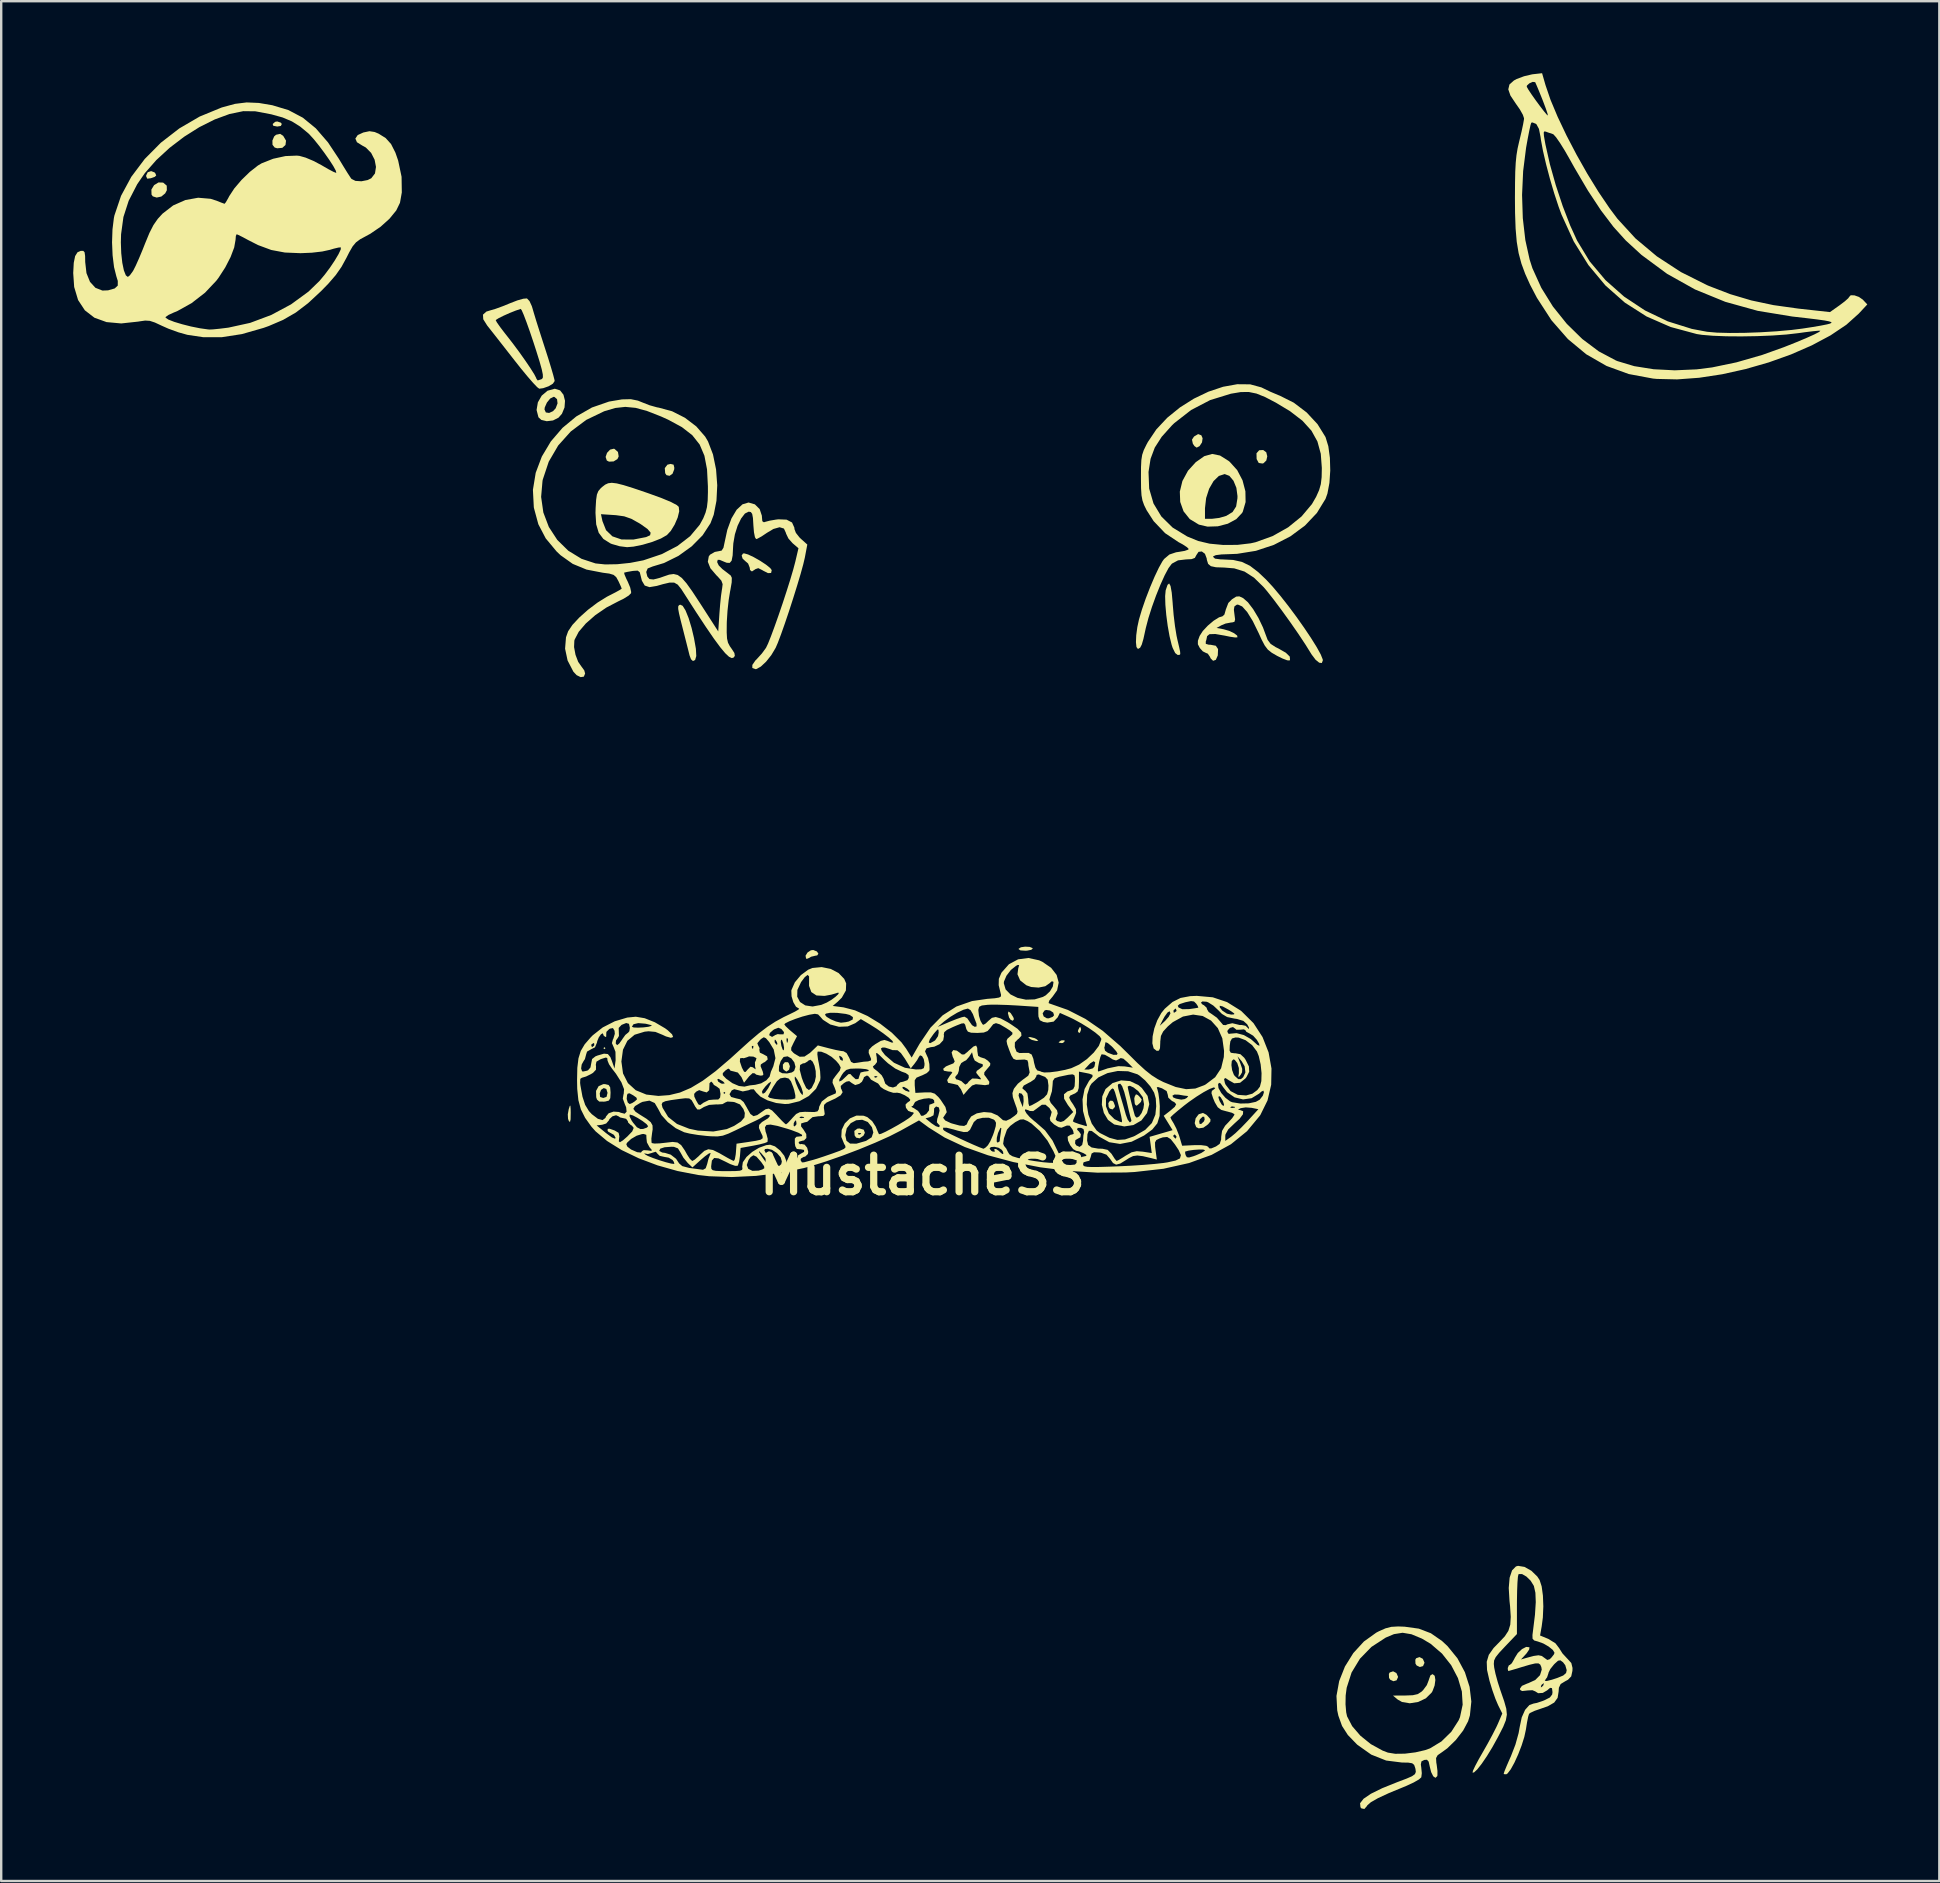
<source format=kicad_pcb>
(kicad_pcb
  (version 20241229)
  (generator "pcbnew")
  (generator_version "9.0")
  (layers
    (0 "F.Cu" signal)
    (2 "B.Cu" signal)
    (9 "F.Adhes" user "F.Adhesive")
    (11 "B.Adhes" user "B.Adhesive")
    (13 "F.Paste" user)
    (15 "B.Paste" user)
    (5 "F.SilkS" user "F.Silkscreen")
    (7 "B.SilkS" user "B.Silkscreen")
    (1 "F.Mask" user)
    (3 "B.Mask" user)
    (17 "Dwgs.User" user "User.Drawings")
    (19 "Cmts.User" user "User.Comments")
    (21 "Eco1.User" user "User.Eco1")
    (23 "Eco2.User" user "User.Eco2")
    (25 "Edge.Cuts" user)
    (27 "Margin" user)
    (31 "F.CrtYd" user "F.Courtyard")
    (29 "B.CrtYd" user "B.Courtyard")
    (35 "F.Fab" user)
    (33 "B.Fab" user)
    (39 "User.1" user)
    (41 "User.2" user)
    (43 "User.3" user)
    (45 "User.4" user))
  (footprint "MustacheSS"
    (layer "F.Cu")
    (at 35.382 45.91)
    (property "Reference" "MustacheSS" (at 0 0 0) (layer "F.SilkS") (effects (font (size 1.524 1.524) (thickness 0.3))))
    (attr board_only exclude_from_pos_files exclude_from_bom)
    (fp_poly (pts (xy -13.208 -5.292) (xy -13.25 -5.249) (xy -13.293 -5.292) (xy -13.25 -5.334)) (stroke (width 0) (type solid)) (fill yes) (layer "F.SilkS"))
    (fp_poly (pts (xy -26.733 -43.85) (xy -26.691 -43.794) (xy -26.733 -43.712) (xy -26.882 -43.688) (xy -27.047 -43.72) (xy -27.072 -43.794) (xy -26.969 -43.884) (xy -26.882 -43.9)) (stroke (width 0) (type solid)) (fill yes) (layer "F.SilkS"))
    (fp_poly (pts (xy 5.927 -5.585) (xy 5.858 -5.513) (xy 5.8 -5.503) (xy 5.687 -5.521) (xy 5.673 -5.537) (xy 5.739 -5.591) (xy 5.8 -5.619) (xy 5.909 -5.62)) (stroke (width 0) (type solid)) (fill yes) (layer "F.SilkS"))
    (fp_poly (pts (xy 6.6 -6.112) (xy 6.604 -6.054) (xy 6.56 -5.941) (xy 6.522 -5.927) (xy 6.475 -5.989) (xy 6.489 -6.054) (xy 6.549 -6.165) (xy 6.571 -6.181)) (stroke (width 0) (type solid)) (fill yes) (layer "F.SilkS"))
    (fp_poly (pts (xy 3.672 -6.754) (xy 3.686 -6.736) (xy 3.782 -6.583) (xy 3.81 -6.503) (xy 3.765 -6.435) (xy 3.673 -6.472) (xy 3.607 -6.569) (xy 3.559 -6.751) (xy 3.584 -6.821)) (stroke (width 0) (type solid)) (fill yes) (layer "F.SilkS"))
    (fp_poly (pts (xy 7.911 -3.1) (xy 7.961 -3.047) (xy 8.017 -2.897) (xy 8.015 -2.842) (xy 7.923 -2.74) (xy 7.805 -2.771) (xy 7.755 -2.847) (xy 7.743 -3.003) (xy 7.811 -3.102)) (stroke (width 0) (type solid)) (fill yes) (layer "F.SilkS"))
    (fp_poly (pts (xy -31.991 -41.776) (xy -31.958 -41.735) (xy -31.924 -41.649) (xy -31.987 -41.591) (xy -32.152 -41.534) (xy -32.297 -41.516) (xy -32.342 -41.613) (xy -32.343 -41.65) (xy -32.278 -41.784) (xy -32.135 -41.831)) (stroke (width 0) (type solid)) (fill yes) (layer "F.SilkS"))
    (fp_poly (pts (xy -14.658 -2.759) (xy -14.655 -2.603) (xy -14.66 -2.326) (xy -14.687 -2.211) (xy -14.735 -2.261) (xy -14.767 -2.349) (xy -14.777 -2.535) (xy -14.738 -2.752) (xy -14.693 -2.889) (xy -14.669 -2.897)) (stroke (width 0) (type solid)) (fill yes) (layer "F.SilkS"))
    (fp_poly (pts (xy -10.369 -29.601) (xy -10.339 -29.471) (xy -10.345 -29.401) (xy -10.414 -29.224) (xy -10.538 -29.137) (xy -10.664 -29.164) (xy -10.72 -29.246) (xy -10.736 -29.457) (xy -10.628 -29.6) (xy -10.496 -29.633)) (stroke (width 0) (type solid)) (fill yes) (layer "F.SilkS"))
    (fp_poly (pts (xy -5.612 -4.706) (xy -5.577 -4.679) (xy -5.523 -4.54) (xy -5.56 -4.392) (xy -5.666 -4.318) (xy -5.673 -4.318) (xy -5.777 -4.386) (xy -5.814 -4.451) (xy -5.817 -4.607) (xy -5.733 -4.709)) (stroke (width 0) (type solid)) (fill yes) (layer "F.SilkS"))
    (fp_poly (pts (xy 4.669 -5.71) (xy 4.741 -5.673) (xy 4.826 -5.607) (xy 4.763 -5.591) (xy 4.741 -5.591) (xy 4.56 -5.635) (xy 4.487 -5.673) (xy 4.403 -5.739) (xy 4.466 -5.755) (xy 4.487 -5.755)) (stroke (width 0) (type solid)) (fill yes) (layer "F.SilkS"))
    (fp_poly (pts (xy 11.617 -30.825) (xy 11.67 -30.702) (xy 11.645 -30.529) (xy 11.543 -30.373) (xy 11.423 -30.311) (xy 11.33 -30.376) (xy 11.264 -30.474) (xy 11.227 -30.643) (xy 11.313 -30.774) (xy 11.484 -30.875)) (stroke (width 0) (type solid)) (fill yes) (layer "F.SilkS"))
    (fp_poly (pts (xy 19.744 20.741) (xy 19.812 20.896) (xy 19.812 20.91) (xy 19.752 21.044) (xy 19.62 21.082) (xy 19.485 21.018) (xy 19.437 20.941) (xy 19.431 20.779) (xy 19.465 20.718) (xy 19.607 20.669)) (stroke (width 0) (type solid)) (fill yes) (layer "F.SilkS"))
    (fp_poly (pts (xy 20.845 20.148) (xy 20.912 20.304) (xy 20.913 20.317) (xy 20.853 20.452) (xy 20.721 20.49) (xy 20.586 20.425) (xy 20.538 20.348) (xy 20.532 20.187) (xy 20.566 20.125) (xy 20.707 20.076)) (stroke (width 0) (type solid)) (fill yes) (layer "F.SilkS"))
    (fp_poly (pts (xy -31.636 -41.353) (xy -31.485 -41.226) (xy -31.481 -41.034) (xy -31.55 -40.904) (xy -31.71 -40.772) (xy -31.904 -40.729) (xy -32.067 -40.78) (xy -32.119 -40.852) (xy -32.125 -41.062) (xy -32.012 -41.248) (xy -31.83 -41.359)) (stroke (width 0) (type solid)) (fill yes) (layer "F.SilkS"))
    (fp_poly (pts (xy -26.634 -43.301) (xy -26.516 -43.101) (xy -26.538 -42.921) (xy -26.67 -42.801) (xy -26.882 -42.782) (xy -26.988 -42.813) (xy -27.079 -42.926) (xy -27.083 -43.106) (xy -27.009 -43.278) (xy -26.93 -43.346) (xy -26.759 -43.383)) (stroke (width 0) (type solid)) (fill yes) (layer "F.SilkS"))
    (fp_poly (pts (xy -12.831 -30.258) (xy -12.687 -30.13) (xy -12.657 -29.945) (xy -12.709 -29.834) (xy -12.87 -29.736) (xy -13.059 -29.727) (xy -13.152 -29.774) (xy -13.201 -29.923) (xy -13.142 -30.094) (xy -13.015 -30.228) (xy -12.859 -30.266)) (stroke (width 0) (type solid)) (fill yes) (layer "F.SilkS"))
    (fp_poly (pts (xy 4.466 -9.511) (xy 4.584 -9.462) (xy 4.593 -9.444) (xy 4.533 -9.39) (xy 4.356 -9.355) (xy 4.294 -9.352) (xy 4.08 -9.365) (xy 4.003 -9.42) (xy 4.005 -9.433) (xy 4.1 -9.496) (xy 4.279 -9.522)) (stroke (width 0) (type solid)) (fill yes) (layer "F.SilkS"))
    (fp_poly (pts (xy 8.97 -3.34) (xy 9.038 -3.275) (xy 9.134 -3.155) (xy 9.102 -3.058) (xy 9.038 -2.991) (xy 8.927 -2.895) (xy 8.87 -2.925) (xy 8.842 -2.991) (xy 8.823 -3.193) (xy 8.842 -3.275) (xy 8.894 -3.37)) (stroke (width 0) (type solid)) (fill yes) (layer "F.SilkS"))
    (fp_poly (pts (xy 14.322 -30.118) (xy 14.364 -29.949) (xy 14.324 -29.774) (xy 14.205 -29.66) (xy 14.163 -29.649) (xy 14.009 -29.672) (xy 13.926 -29.824) (xy 13.92 -29.846) (xy 13.915 -30.076) (xy 14.027 -30.202) (xy 14.194 -30.212)) (stroke (width 0) (type solid)) (fill yes) (layer "F.SilkS"))
    (fp_poly (pts (xy -4.399 -9.321) (xy -4.337 -9.23) (xy -4.385 -9.157) (xy -4.463 -9.144) (xy -4.643 -9.101) (xy -4.709 -9.058) (xy -4.817 -9.011) (xy -4.85 -9.027) (xy -4.872 -9.144) (xy -4.789 -9.278) (xy -4.649 -9.37) (xy -4.552 -9.382)) (stroke (width 0) (type solid)) (fill yes) (layer "F.SilkS"))
    (fp_poly (pts (xy -2.448 -1.895) (xy -2.4 -1.765) (xy -2.458 -1.647) (xy -2.62 -1.535) (xy -2.766 -1.566) (xy -2.828 -1.659) (xy -2.833 -1.75) (xy -2.681 -1.75) (xy -2.669 -1.699) (xy -2.625 -1.693) (xy -2.555 -1.724) (xy -2.568 -1.75) (xy -2.669 -1.76) (xy -2.681 -1.75) (xy -2.833 -1.75) (xy -2.84 -1.844) (xy -2.711 -1.939) (xy -2.625 -1.947)) (stroke (width 0) (type solid)) (fill yes) (layer "F.SilkS"))
    (fp_poly (pts (xy -9.992 -23.721) (xy -9.872 -23.528) (xy -9.744 -23.212) (xy -9.618 -22.795) (xy -9.52 -22.382) (xy -9.44 -21.932) (xy -9.424 -21.629) (xy -9.473 -21.463) (xy -9.563 -21.421) (xy -9.642 -21.493) (xy -9.704 -21.654) (xy -9.749 -21.836) (xy -9.824 -22.133) (xy -9.916 -22.494) (xy -9.966 -22.691) (xy -10.075 -23.117) (xy -10.144 -23.408) (xy -10.177 -23.59) (xy -10.177 -23.693) (xy -10.147 -23.744) (xy -10.095 -23.769)) (stroke (width 0) (type solid)) (fill yes) (layer "F.SilkS"))
    (fp_poly (pts (xy 21.34 20.856) (xy 21.367 21.031) (xy 21.336 21.26) (xy 21.249 21.493) (xy 21.211 21.557) (xy 20.971 21.794) (xy 20.65 21.946) (xy 20.301 22.001) (xy 19.977 21.947) (xy 19.8 21.847) (xy 19.6 21.68) (xy 20.118 21.677) (xy 20.428 21.665) (xy 20.631 21.619) (xy 20.785 21.521) (xy 20.854 21.456) (xy 21.011 21.245) (xy 21.096 21.026) (xy 21.098 21.012) (xy 21.161 20.838) (xy 21.251 20.786)) (stroke (width 0) (type solid)) (fill yes) (layer "F.SilkS"))
    (fp_poly (pts (xy -7.266 -25.86) (xy -7.029 -25.748) (xy -6.765 -25.598) (xy -6.521 -25.437) (xy -6.344 -25.295) (xy -6.281 -25.209) (xy -6.307 -25.089) (xy -6.437 -25.083) (xy -6.648 -25.19) (xy -6.671 -25.206) (xy -6.841 -25.29) (xy -6.957 -25.25) (xy -6.964 -25.244) (xy -7.106 -25.152) (xy -7.185 -25.213) (xy -7.197 -25.312) (xy -7.265 -25.482) (xy -7.366 -25.569) (xy -7.492 -25.684) (xy -7.534 -25.814) (xy -7.479 -25.898) (xy -7.429 -25.906)) (stroke (width 0) (type solid)) (fill yes) (layer "F.SilkS"))
    (fp_poly (pts (xy 11.821 -2.522) (xy 11.879 -2.467) (xy 11.996 -2.334) (xy 11.994 -2.238) (xy 11.898 -2.12) (xy 11.704 -1.98) (xy 11.508 -1.951) (xy 11.402 -2.004) (xy 11.341 -2.167) (xy 11.357 -2.248) (xy 11.528 -2.248) (xy 11.546 -2.136) (xy 11.612 -2.135) (xy 11.725 -2.242) (xy 11.756 -2.324) (xy 11.737 -2.436) (xy 11.671 -2.437) (xy 11.559 -2.33) (xy 11.528 -2.248) (xy 11.357 -2.248) (xy 11.38 -2.37) (xy 11.498 -2.529) (xy 11.525 -2.546) (xy 11.681 -2.593)) (stroke (width 0) (type solid)) (fill yes) (layer "F.SilkS"))
    (fp_poly (pts (xy 10.335 -24.544) (xy 10.384 -24.27) (xy 10.423 -23.833) (xy 10.425 -23.791) (xy 10.463 -23.34) (xy 10.519 -22.878) (xy 10.584 -22.476) (xy 10.616 -22.326) (xy 10.693 -22) (xy 10.734 -21.806) (xy 10.739 -21.71) (xy 10.709 -21.677) (xy 10.645 -21.675) (xy 10.629 -21.675) (xy 10.528 -21.753) (xy 10.423 -21.967) (xy 10.382 -22.089) (xy 10.293 -22.454) (xy 10.216 -22.886) (xy 10.156 -23.339) (xy 10.119 -23.767) (xy 10.109 -24.124) (xy 10.131 -24.363) (xy 10.132 -24.368) (xy 10.209 -24.594) (xy 10.277 -24.652)) (stroke (width 0) (type solid)) (fill yes) (layer "F.SilkS"))
    (fp_poly (pts (xy -13.223 -3.794) (xy -13.077 -3.758) (xy -13.012 -3.662) (xy -12.996 -3.453) (xy -12.996 -3.429) (xy -13.007 -3.21) (xy -13.066 -3.108) (xy -13.212 -3.07) (xy -13.269 -3.064) (xy -13.466 -3.067) (xy -13.561 -3.151) (xy -13.593 -3.247) (xy -13.597 -3.407) (xy -13.447 -3.407) (xy -13.43 -3.258) (xy -13.299 -3.217) (xy -13.299 -3.217) (xy -13.163 -3.263) (xy -13.123 -3.424) (xy -13.123 -3.435) (xy -13.172 -3.592) (xy -13.28 -3.63) (xy -13.392 -3.554) (xy -13.447 -3.407) (xy -13.597 -3.407) (xy -13.6 -3.513) (xy -13.492 -3.709) (xy -13.296 -3.795)) (stroke (width 0) (type solid)) (fill yes) (layer "F.SilkS"))
    (fp_poly (pts (xy -15.099 -32.696) (xy -14.957 -32.515) (xy -14.893 -32.263) (xy -14.913 -31.985) (xy -15.021 -31.721) (xy -15.164 -31.559) (xy -15.393 -31.443) (xy -15.653 -31.412) (xy -15.88 -31.466) (xy -15.999 -31.575) (xy -16.078 -31.881) (xy -16.074 -31.9) (xy -15.748 -31.9) (xy -15.691 -31.777) (xy -15.555 -31.756) (xy -15.393 -31.83) (xy -15.282 -31.95) (xy -15.204 -32.155) (xy -15.225 -32.331) (xy -15.335 -32.424) (xy -15.371 -32.427) (xy -15.509 -32.357) (xy -15.647 -32.188) (xy -15.736 -31.988) (xy -15.748 -31.9) (xy -16.074 -31.9) (xy -16.024 -32.197) (xy -15.863 -32.478) (xy -15.621 -32.682) (xy -15.321 -32.764) (xy -15.314 -32.764)) (stroke (width 0) (type solid)) (fill yes) (layer "F.SilkS"))
    (fp_poly (pts (xy 12.396 -29.982) (xy 12.754 -29.757) (xy 12.798 -29.721) (xy 13.111 -29.374) (xy 13.333 -28.95) (xy 13.453 -28.492) (xy 13.461 -28.043) (xy 13.346 -27.647) (xy 13.316 -27.591) (xy 13.073 -27.332) (xy 12.719 -27.141) (xy 12.303 -27.033) (xy 11.875 -27.02) (xy 11.515 -27.104) (xy 11.135 -27.334) (xy 11.125 -27.347) (xy 11.769 -27.347) (xy 12.068 -27.347) (xy 12.363 -27.383) (xy 12.654 -27.467) (xy 12.918 -27.628) (xy 13.067 -27.86) (xy 13.121 -28.201) (xy 13.123 -28.294) (xy 13.077 -28.637) (xy 12.957 -28.93) (xy 12.785 -29.135) (xy 12.589 -29.21) (xy 12.347 -29.131) (xy 12.125 -28.916) (xy 11.942 -28.598) (xy 11.817 -28.211) (xy 11.769 -27.788) (xy 11.769 -27.773) (xy 11.769 -27.347) (xy 11.125 -27.347) (xy 10.876 -27.658) (xy 10.737 -28.049) (xy 10.721 -28.48) (xy 10.829 -28.922) (xy 11.062 -29.35) (xy 11.384 -29.704) (xy 11.739 -29.955) (xy 12.067 -30.048)) (stroke (width 0) (type solid)) (fill yes) (layer "F.SilkS"))
    (fp_poly (pts (xy -12.738 -28.821) (xy -12.455 -28.75) (xy -12.069 -28.63) (xy -11.556 -28.456) (xy -11.394 -28.4) (xy -10.866 -28.208) (xy -10.476 -28.045) (xy -10.233 -27.916) (xy -10.154 -27.844) (xy -10.135 -27.66) (xy -10.199 -27.397) (xy -10.324 -27.107) (xy -10.486 -26.842) (xy -10.649 -26.667) (xy -10.897 -26.525) (xy -11.252 -26.385) (xy -11.654 -26.266) (xy -12.04 -26.187) (xy -12.307 -26.164) (xy -12.618 -26.203) (xy -12.943 -26.297) (xy -13.003 -26.322) (xy -13.294 -26.506) (xy -13.488 -26.762) (xy -13.594 -27.115) (xy -13.62 -27.538) (xy -13.395 -27.538) (xy -13.334 -27.252) (xy -13.183 -26.871) (xy -12.918 -26.615) (xy -12.539 -26.485) (xy -12.048 -26.481) (xy -11.515 -26.584) (xy -11.348 -26.66) (xy -11.326 -26.768) (xy -11.452 -26.918) (xy -11.731 -27.118) (xy -11.798 -27.16) (xy -12.131 -27.346) (xy -12.426 -27.449) (xy -12.77 -27.497) (xy -12.844 -27.502) (xy -13.395 -27.538) (xy -13.62 -27.538) (xy -13.623 -27.591) (xy -13.618 -27.788) (xy -13.597 -28.134) (xy -13.564 -28.356) (xy -13.504 -28.503) (xy -13.402 -28.622) (xy -13.34 -28.677) (xy -13.219 -28.77) (xy -13.095 -28.827) (xy -12.943 -28.846)) (stroke (width 0) (type solid)) (fill yes) (layer "F.SilkS"))
    (fp_poly (pts (xy -16.476 -36.525) (xy -16.373 -36.417) (xy -16.276 -36.207) (xy -16.25 -36.123) (xy -16.191 -35.92) (xy -16.092 -35.593) (xy -15.962 -35.182) (xy -15.815 -34.724) (xy -15.741 -34.495) (xy -15.598 -34.05) (xy -15.477 -33.655) (xy -15.385 -33.341) (xy -15.333 -33.139) (xy -15.325 -33.085) (xy -15.398 -32.976) (xy -15.577 -32.867) (xy -15.802 -32.788) (xy -15.967 -32.766) (xy -16.052 -32.83) (xy -16.221 -33.007) (xy -16.454 -33.275) (xy -16.733 -33.613) (xy -16.984 -33.93) (xy -17.301 -34.336) (xy -17.6 -34.718) (xy -17.857 -35.046) (xy -18.05 -35.291) (xy -18.135 -35.398) (xy -18.274 -35.619) (xy -17.779 -35.619) (xy -17.73 -35.526) (xy -17.597 -35.337) (xy -17.407 -35.087) (xy -17.325 -34.984) (xy -17.062 -34.646) (xy -16.795 -34.286) (xy -16.545 -33.933) (xy -16.331 -33.617) (xy -16.174 -33.367) (xy -16.093 -33.211) (xy -16.087 -33.184) (xy -16.032 -33.11) (xy -15.879 -33.159) (xy -15.846 -33.179) (xy -15.814 -33.237) (xy -15.818 -33.361) (xy -15.862 -33.573) (xy -15.951 -33.892) (xy -16.09 -34.338) (xy -16.201 -34.681) (xy -16.355 -35.139) (xy -16.496 -35.535) (xy -16.613 -35.842) (xy -16.697 -36.035) (xy -16.738 -36.091) (xy -16.946 -36.021) (xy -17.202 -35.919) (xy -17.456 -35.805) (xy -17.662 -35.702) (xy -17.772 -35.631) (xy -17.779 -35.619) (xy -18.274 -35.619) (xy -18.299 -35.659) (xy -18.311 -35.851) (xy -18.169 -35.979) (xy -18.006 -36.029) (xy -17.791 -36.092) (xy -17.489 -36.202) (xy -17.173 -36.331) (xy -16.878 -36.445) (xy -16.63 -36.515) (xy -16.481 -36.527)) (stroke (width 0) (type solid)) (fill yes) (layer "F.SilkS"))
    (fp_poly (pts (xy 13.36 -24.041) (xy 13.557 -23.869) (xy 13.778 -23.579) (xy 13.997 -23.214) (xy 14.186 -22.818) (xy 14.28 -22.564) (xy 14.379 -22.302) (xy 14.504 -22.136) (xy 14.709 -22.002) (xy 14.834 -21.94) (xy 15.138 -21.766) (xy 15.301 -21.606) (xy 15.312 -21.471) (xy 15.29 -21.443) (xy 15.193 -21.451) (xy 14.995 -21.527) (xy 14.776 -21.635) (xy 14.549 -21.767) (xy 14.388 -21.896) (xy 14.259 -22.066) (xy 14.126 -22.319) (xy 14.011 -22.573) (xy 13.759 -23.087) (xy 13.526 -23.464) (xy 13.317 -23.695) (xy 13.14 -23.773) (xy 13.088 -23.764) (xy 12.995 -23.695) (xy 12.973 -23.556) (xy 12.996 -23.368) (xy 13.024 -23.152) (xy 12.996 -23.054) (xy 12.894 -23.027) (xy 12.856 -23.026) (xy 12.626 -22.982) (xy 12.455 -22.911) (xy 12.252 -22.799) (xy 12.546 -22.744) (xy 12.777 -22.677) (xy 12.98 -22.581) (xy 13.109 -22.482) (xy 13.123 -22.408) (xy 13.024 -22.402) (xy 12.811 -22.433) (xy 12.585 -22.48) (xy 12.199 -22.547) (xy 11.954 -22.539) (xy 11.855 -22.455) (xy 11.853 -22.435) (xy 11.826 -22.302) (xy 11.802 -22.232) (xy 11.803 -22.136) (xy 11.929 -22.1) (xy 12.005 -22.098) (xy 12.22 -22.057) (xy 12.314 -21.919) (xy 12.303 -21.661) (xy 12.3 -21.648) (xy 12.221 -21.47) (xy 12.107 -21.43) (xy 12.001 -21.536) (xy 11.98 -21.59) (xy 11.887 -21.727) (xy 11.807 -21.759) (xy 11.678 -21.824) (xy 11.554 -21.963) (xy 11.473 -22.119) (xy 11.474 -22.266) (xy 11.546 -22.466) (xy 11.677 -22.671) (xy 11.887 -22.895) (xy 12.128 -23.099) (xy 12.355 -23.241) (xy 12.496 -23.283) (xy 12.578 -23.357) (xy 12.63 -23.538) (xy 12.631 -23.55) (xy 12.742 -23.84) (xy 12.894 -23.993) (xy 13.069 -24.105) (xy 13.201 -24.115)) (stroke (width 0) (type solid)) (fill yes) (layer "F.SilkS"))
    (fp_poly (pts (xy 2.279 -5.307) (xy 2.286 -5.165) (xy 2.318 -4.971) (xy 2.424 -4.911) (xy 2.428 -4.911) (xy 2.598 -4.857) (xy 2.725 -4.769) (xy 2.825 -4.663) (xy 2.817 -4.573) (xy 2.697 -4.432) (xy 2.577 -4.287) (xy 2.571 -4.187) (xy 2.653 -4.079) (xy 2.786 -3.889) (xy 2.77 -3.78) (xy 2.606 -3.75) (xy 2.457 -3.767) (xy 2.223 -3.79) (xy 2.068 -3.736) (xy 1.915 -3.585) (xy 1.709 -3.345) (xy 1.603 -3.578) (xy 1.469 -3.758) (xy 1.263 -3.81) (xy 1.256 -3.81) (xy 1.067 -3.849) (xy 1.028 -3.963) (xy 1.103 -4.085) (xy 1.359 -4.085) (xy 1.402 -3.995) (xy 1.471 -3.979) (xy 1.619 -3.92) (xy 1.695 -3.85) (xy 1.786 -3.773) (xy 1.872 -3.826) (xy 1.926 -3.9) (xy 2.072 -4.028) (xy 2.272 -4.022) (xy 2.424 -3.99) (xy 2.43 -4.031) (xy 2.339 -4.137) (xy 2.237 -4.266) (xy 2.259 -4.345) (xy 2.363 -4.417) (xy 2.516 -4.542) (xy 2.505 -4.626) (xy 2.353 -4.672) (xy 2.178 -4.775) (xy 2.115 -4.911) (xy 2.064 -5.122) (xy 1.943 -4.932) (xy 1.819 -4.789) (xy 1.724 -4.741) (xy 1.613 -4.67) (xy 1.53 -4.508) (xy 1.513 -4.346) (xy 1.467 -4.213) (xy 1.442 -4.192) (xy 1.359 -4.085) (xy 1.103 -4.085) (xy 1.141 -4.147) (xy 1.156 -4.163) (xy 1.243 -4.275) (xy 1.197 -4.314) (xy 1.071 -4.318) (xy 0.892 -4.351) (xy 0.861 -4.431) (xy 0.976 -4.531) (xy 1.101 -4.585) (xy 1.288 -4.659) (xy 1.343 -4.736) (xy 1.291 -4.872) (xy 1.262 -4.925) (xy 1.213 -5.115) (xy 1.283 -5.213) (xy 1.432 -5.189) (xy 1.523 -5.123) (xy 1.643 -5.029) (xy 1.738 -5.029) (xy 1.871 -5.134) (xy 1.932 -5.193) (xy 2.126 -5.362) (xy 2.234 -5.401)) (stroke (width 0) (type solid)) (fill yes) (layer "F.SilkS"))
    (fp_poly (pts (xy 8.647 -3.92) (xy 9 -3.751) (xy 9.138 -3.633) (xy 9.378 -3.304) (xy 9.449 -2.96) (xy 9.355 -2.592) (xy 9.35 -2.583) (xy 9.12 -2.28) (xy 8.793 -2.092) (xy 8.407 -2.031) (xy 8 -2.111) (xy 7.98 -2.119) (xy 7.729 -2.304) (xy 7.556 -2.593) (xy 7.488 -2.872) (xy 7.643 -2.872) (xy 7.762 -2.57) (xy 7.991 -2.34) (xy 8.045 -2.31) (xy 8.216 -2.231) (xy 8.307 -2.203) (xy 8.311 -2.277) (xy 8.277 -2.474) (xy 8.211 -2.755) (xy 8.196 -2.815) (xy 8.092 -3.206) (xy 8.02 -3.456) (xy 7.966 -3.586) (xy 7.917 -3.618) (xy 7.859 -3.575) (xy 7.783 -3.483) (xy 7.646 -3.194) (xy 7.643 -2.872) (xy 7.488 -2.872) (xy 7.472 -2.937) (xy 7.49 -3.283) (xy 7.622 -3.581) (xy 7.631 -3.593) (xy 7.804 -3.74) (xy 8.137 -3.74) (xy 8.16 -3.599) (xy 8.234 -3.341) (xy 8.258 -3.26) (xy 8.353 -2.939) (xy 8.443 -2.624) (xy 8.472 -2.519) (xy 8.548 -2.316) (xy 8.629 -2.207) (xy 8.648 -2.201) (xy 8.705 -2.262) (xy 8.695 -2.315) (xy 8.657 -2.446) (xy 8.595 -2.696) (xy 8.52 -3.017) (xy 8.497 -3.119) (xy 8.405 -3.47) (xy 8.33 -3.674) (xy 8.551 -3.674) (xy 8.571 -3.569) (xy 8.621 -3.353) (xy 8.688 -3.08) (xy 8.758 -2.804) (xy 8.82 -2.576) (xy 8.853 -2.465) (xy 8.926 -2.395) (xy 9.027 -2.449) (xy 9.129 -2.591) (xy 9.205 -2.786) (xy 9.229 -2.961) (xy 9.178 -3.248) (xy 9 -3.489) (xy 8.991 -3.498) (xy 8.797 -3.653) (xy 8.64 -3.726) (xy 8.556 -3.701) (xy 8.551 -3.674) (xy 8.33 -3.674) (xy 8.318 -3.709) (xy 8.243 -3.809) (xy 8.235 -3.81) (xy 8.162 -3.798) (xy 8.137 -3.74) (xy 7.804 -3.74) (xy 7.923 -3.84) (xy 8.275 -3.95)) (stroke (width 0) (type solid)) (fill yes) (layer "F.SilkS"))
    (fp_poly (pts (xy 20.086 18.81) (xy 20.676 18.891) (xy 21.18 19.083) (xy 21.646 19.407) (xy 21.875 19.621) (xy 22.288 20.129) (xy 22.597 20.706) (xy 22.793 21.317) (xy 22.866 21.929) (xy 22.806 22.506) (xy 22.731 22.75) (xy 22.525 23.136) (xy 22.218 23.533) (xy 21.862 23.879) (xy 21.633 24.045) (xy 21.462 24.164) (xy 21.396 24.283) (xy 21.406 24.47) (xy 21.423 24.569) (xy 21.454 24.816) (xy 21.453 25.003) (xy 21.445 25.037) (xy 21.371 25.107) (xy 21.279 25.043) (xy 21.192 24.87) (xy 21.135 24.644) (xy 21.088 24.433) (xy 21.018 24.353) (xy 20.906 24.361) (xy 20.787 24.422) (xy 20.762 24.551) (xy 20.78 24.681) (xy 20.802 24.912) (xy 20.781 25.085) (xy 20.781 25.085) (xy 20.683 25.174) (xy 20.466 25.299) (xy 20.17 25.437) (xy 20.038 25.492) (xy 19.43 25.743) (xy 18.979 25.952) (xy 18.681 26.122) (xy 18.53 26.254) (xy 18.513 26.285) (xy 18.41 26.404) (xy 18.286 26.38) (xy 18.247 26.333) (xy 18.23 26.167) (xy 18.374 25.98) (xy 18.68 25.771) (xy 19.151 25.539) (xy 19.787 25.283) (xy 19.812 25.274) (xy 20.17 25.138) (xy 20.396 25.039) (xy 20.515 24.953) (xy 20.553 24.861) (xy 20.539 24.74) (xy 20.527 24.693) (xy 20.483 24.567) (xy 20.401 24.5) (xy 20.236 24.473) (xy 19.975 24.469) (xy 19.317 24.386) (xy 18.697 24.14) (xy 18.125 23.736) (xy 18.087 23.701) (xy 17.721 23.322) (xy 17.479 22.946) (xy 17.325 22.515) (xy 17.278 22.296) (xy 17.265 22.045) (xy 17.624 22.045) (xy 17.652 22.378) (xy 17.689 22.545) (xy 17.901 22.954) (xy 18.243 23.351) (xy 18.678 23.702) (xy 19.17 23.972) (xy 19.389 24.056) (xy 19.695 24.105) (xy 20.097 24.1) (xy 20.533 24.046) (xy 20.941 23.952) (xy 21.144 23.879) (xy 21.618 23.592) (xy 22.031 23.188) (xy 22.335 22.715) (xy 22.393 22.579) (xy 22.504 22.061) (xy 22.471 21.51) (xy 22.308 20.952) (xy 22.027 20.416) (xy 21.644 19.931) (xy 21.17 19.523) (xy 20.806 19.306) (xy 20.371 19.125) (xy 20.002 19.063) (xy 19.643 19.12) (xy 19.298 19.265) (xy 18.704 19.652) (xy 18.226 20.143) (xy 17.877 20.718) (xy 17.672 21.355) (xy 17.63 21.676) (xy 17.624 22.045) (xy 17.265 22.045) (xy 17.247 21.695) (xy 17.36 21.075) (xy 17.6 20.469) (xy 17.949 19.909) (xy 18.39 19.427) (xy 18.906 19.057) (xy 19.017 18.999) (xy 19.292 18.878) (xy 19.535 18.816) (xy 19.818 18.8)) (stroke (width 0) (type solid)) (fill yes) (layer "F.SilkS"))
    (fp_poly (pts (xy 13.652 -32.948) (xy 14.119 -32.821) (xy 14.188 -32.787) (xy 14.491 -32.641) (xy 14.823 -32.5) (xy 14.892 -32.473) (xy 15.468 -32.184) (xy 16.004 -31.777) (xy 16.457 -31.29) (xy 16.784 -30.763) (xy 16.793 -30.744) (xy 16.908 -30.368) (xy 16.973 -29.887) (xy 16.988 -29.36) (xy 16.954 -28.845) (xy 16.87 -28.397) (xy 16.791 -28.176) (xy 16.431 -27.589) (xy 15.935 -27.064) (xy 15.328 -26.615) (xy 14.638 -26.26) (xy 13.89 -26.012) (xy 13.112 -25.887) (xy 12.848 -25.876) (xy 12.458 -25.862) (xy 12.22 -25.832) (xy 12.115 -25.784) (xy 12.107 -25.76) (xy 12.188 -25.686) (xy 12.425 -25.655) (xy 12.493 -25.654) (xy 12.941 -25.632) (xy 13.309 -25.55) (xy 13.643 -25.388) (xy 13.987 -25.125) (xy 14.314 -24.815) (xy 14.595 -24.512) (xy 14.911 -24.135) (xy 15.246 -23.709) (xy 15.582 -23.258) (xy 15.901 -22.806) (xy 16.187 -22.379) (xy 16.423 -22.001) (xy 16.591 -21.696) (xy 16.674 -21.489) (xy 16.679 -21.447) (xy 16.636 -21.337) (xy 16.526 -21.352) (xy 16.376 -21.475) (xy 16.213 -21.691) (xy 16.19 -21.728) (xy 15.955 -22.106) (xy 15.655 -22.559) (xy 15.316 -23.047) (xy 14.967 -23.532) (xy 14.636 -23.975) (xy 14.351 -24.337) (xy 14.211 -24.502) (xy 13.809 -24.895) (xy 13.416 -25.148) (xy 12.989 -25.281) (xy 12.573 -25.315) (xy 12.227 -25.327) (xy 12.015 -25.372) (xy 11.9 -25.468) (xy 11.848 -25.633) (xy 11.84 -25.697) (xy 11.768 -25.888) (xy 11.638 -25.985) (xy 11.501 -25.97) (xy 11.407 -25.83) (xy 11.407 -25.828) (xy 11.347 -25.717) (xy 11.212 -25.666) (xy 10.977 -25.654) (xy 10.646 -25.615) (xy 10.402 -25.484) (xy 10.378 -25.463) (xy 10.25 -25.292) (xy 10.09 -24.992) (xy 9.913 -24.6) (xy 9.731 -24.149) (xy 9.56 -23.675) (xy 9.413 -23.212) (xy 9.304 -22.797) (xy 9.287 -22.719) (xy 9.204 -22.341) (xy 9.134 -22.102) (xy 9.067 -21.975) (xy 8.991 -21.93) (xy 8.97 -21.929) (xy 8.914 -22.005) (xy 8.893 -22.207) (xy 8.905 -22.495) (xy 8.95 -22.831) (xy 9.019 -23.149) (xy 9.141 -23.562) (xy 9.3 -24.022) (xy 9.481 -24.49) (xy 9.668 -24.931) (xy 9.846 -25.307) (xy 9.998 -25.579) (xy 10.067 -25.673) (xy 10.287 -25.858) (xy 10.564 -25.951) (xy 10.692 -25.97) (xy 10.925 -26.01) (xy 11.069 -26.061) (xy 11.091 -26.087) (xy 11.022 -26.161) (xy 10.843 -26.279) (xy 10.665 -26.375) (xy 10.107 -26.748) (xy 9.63 -27.249) (xy 9.337 -27.704) (xy 9.232 -27.918) (xy 9.164 -28.11) (xy 9.124 -28.327) (xy 9.106 -28.615) (xy 9.102 -29.019) (xy 9.102 -29.083) (xy 9.103 -29.29) (xy 9.417 -29.29) (xy 9.444 -28.604) (xy 9.624 -27.985) (xy 9.952 -27.442) (xy 10.421 -26.981) (xy 11.028 -26.61) (xy 11.486 -26.422) (xy 11.962 -26.31) (xy 12.53 -26.256) (xy 13.123 -26.26) (xy 13.673 -26.325) (xy 13.874 -26.37) (xy 14.586 -26.626) (xy 15.234 -26.991) (xy 15.79 -27.442) (xy 16.224 -27.958) (xy 16.4 -28.263) (xy 16.523 -28.539) (xy 16.595 -28.789) (xy 16.629 -29.079) (xy 16.637 -29.464) (xy 16.593 -30.055) (xy 16.454 -30.566) (xy 16.204 -31.018) (xy 15.829 -31.432) (xy 15.313 -31.829) (xy 14.722 -32.185) (xy 14.273 -32.419) (xy 13.913 -32.564) (xy 13.591 -32.63) (xy 13.26 -32.626) (xy 12.869 -32.561) (xy 12.843 -32.556) (xy 11.983 -32.291) (xy 11.191 -31.878) (xy 10.49 -31.332) (xy 10.391 -31.236) (xy 9.967 -30.764) (xy 9.678 -30.314) (xy 9.502 -29.845) (xy 9.419 -29.313) (xy 9.417 -29.29) (xy 9.103 -29.29) (xy 9.104 -29.498) (xy 9.118 -29.792) (xy 9.153 -30.012) (xy 9.218 -30.205) (xy 9.323 -30.421) (xy 9.39 -30.546) (xy 9.742 -31.07) (xy 10.195 -31.554) (xy 10.725 -31.985) (xy 11.307 -32.352) (xy 11.915 -32.643) (xy 12.525 -32.847) (xy 13.112 -32.953)) (stroke (width 0) (type solid)) (fill yes) (layer "F.SilkS"))
    (fp_poly (pts (xy 25.956 -45.413) (xy 26.165 -44.8) (xy 26.463 -44.09) (xy 26.83 -43.318) (xy 27.248 -42.517) (xy 27.698 -41.721) (xy 28.163 -40.966) (xy 28.623 -40.286) (xy 28.954 -39.845) (xy 29.705 -39.026) (xy 30.594 -38.281) (xy 31.597 -37.626) (xy 32.692 -37.078) (xy 32.771 -37.044) (xy 33.656 -36.704) (xy 34.53 -36.444) (xy 35.45 -36.249) (xy 36.475 -36.105) (xy 36.535 -36.098) (xy 37.806 -35.958) (xy 38.207 -36.241) (xy 38.423 -36.405) (xy 38.569 -36.535) (xy 38.608 -36.592) (xy 38.672 -36.66) (xy 38.826 -36.655) (xy 39.012 -36.59) (xy 39.175 -36.477) (xy 39.182 -36.469) (xy 39.362 -36.277) (xy 39.006 -35.894) (xy 38.489 -35.43) (xy 37.829 -34.987) (xy 37.053 -34.573) (xy 36.188 -34.195) (xy 35.259 -33.863) (xy 34.293 -33.585) (xy 33.317 -33.368) (xy 32.358 -33.222) (xy 31.44 -33.154) (xy 30.592 -33.174) (xy 30.43 -33.189) (xy 29.424 -33.377) (xy 28.499 -33.714) (xy 27.653 -34.2) (xy 26.888 -34.835) (xy 26.203 -35.619) (xy 25.598 -36.553) (xy 25.316 -37.092) (xy 25.11 -37.549) (xy 24.952 -37.978) (xy 24.836 -38.413) (xy 24.757 -38.889) (xy 24.71 -39.438) (xy 24.687 -40.095) (xy 24.682 -40.725) (xy 24.683 -40.839) (xy 24.979 -40.839) (xy 25.01 -39.87) (xy 25.115 -38.96) (xy 25.294 -38.148) (xy 25.41 -37.786) (xy 25.78 -36.97) (xy 26.265 -36.189) (xy 26.842 -35.47) (xy 27.487 -34.838) (xy 28.176 -34.321) (xy 28.885 -33.944) (xy 28.956 -33.915) (xy 29.652 -33.706) (xy 30.46 -33.577) (xy 31.34 -33.532) (xy 32.253 -33.572) (xy 32.896 -33.653) (xy 33.91 -33.864) (xy 34.984 -34.173) (xy 35.886 -34.496) (xy 36.403 -34.702) (xy 36.831 -34.881) (xy 37.153 -35.026) (xy 37.351 -35.128) (xy 37.408 -35.18) (xy 37.407 -35.18) (xy 37.316 -35.181) (xy 37.094 -35.16) (xy 36.777 -35.121) (xy 36.49 -35.081) (xy 35.992 -35.024) (xy 35.404 -34.982) (xy 34.765 -34.956) (xy 34.113 -34.945) (xy 33.487 -34.95) (xy 32.928 -34.972) (xy 32.473 -35.01) (xy 32.258 -35.043) (xy 31.166 -35.338) (xy 30.167 -35.775) (xy 29.262 -36.352) (xy 28.453 -37.066) (xy 27.743 -37.917) (xy 27.132 -38.901) (xy 26.623 -40.019) (xy 26.503 -40.344) (xy 26.317 -40.909) (xy 26.138 -41.517) (xy 25.979 -42.12) (xy 25.851 -42.672) (xy 25.766 -43.128) (xy 25.749 -43.256) (xy 25.712 -43.44) (xy 25.881 -43.44) (xy 25.89 -43.297) (xy 25.937 -43.027) (xy 25.953 -42.94) (xy 26.138 -42.119) (xy 26.384 -41.245) (xy 26.672 -40.376) (xy 26.983 -39.568) (xy 27.269 -38.94) (xy 27.794 -38.074) (xy 28.454 -37.29) (xy 29.23 -36.603) (xy 30.101 -36.026) (xy 31.049 -35.572) (xy 32.054 -35.257) (xy 32.686 -35.138) (xy 33.096 -35.102) (xy 33.632 -35.088) (xy 34.253 -35.093) (xy 34.918 -35.117) (xy 35.584 -35.158) (xy 36.211 -35.214) (xy 36.661 -35.271) (xy 37.064 -35.333) (xy 37.417 -35.393) (xy 37.68 -35.445) (xy 37.804 -35.477) (xy 37.867 -35.51) (xy 37.862 -35.54) (xy 37.771 -35.572) (xy 37.578 -35.609) (xy 37.266 -35.653) (xy 36.819 -35.707) (xy 36.237 -35.773) (xy 34.797 -36.01) (xy 33.445 -36.386) (xy 32.185 -36.901) (xy 31.021 -37.552) (xy 29.957 -38.338) (xy 29.299 -38.942) (xy 28.789 -39.506) (xy 28.267 -40.194) (xy 27.724 -41.017) (xy 27.152 -41.989) (xy 26.978 -42.302) (xy 26.762 -42.68) (xy 26.562 -43.002) (xy 26.397 -43.239) (xy 26.286 -43.362) (xy 26.267 -43.372) (xy 26.054 -43.444) (xy 25.98 -43.472) (xy 25.911 -43.488) (xy 25.881 -43.44) (xy 25.712 -43.44) (xy 25.682 -43.591) (xy 25.578 -43.783) (xy 25.552 -43.803) (xy 25.415 -43.858) (xy 25.363 -43.848) (xy 25.332 -43.752) (xy 25.281 -43.523) (xy 25.217 -43.195) (xy 25.147 -42.806) (xy 25.024 -41.83) (xy 24.979 -40.839) (xy 24.683 -40.839) (xy 24.686 -41.332) (xy 24.695 -41.806) (xy 24.715 -42.18) (xy 24.746 -42.49) (xy 24.792 -42.771) (xy 24.857 -43.058) (xy 24.873 -43.123) (xy 24.957 -43.475) (xy 25.022 -43.778) (xy 25.058 -43.984) (xy 25.061 -44.032) (xy 25.012 -44.179) (xy 24.884 -44.406) (xy 24.721 -44.639) (xy 24.495 -44.978) (xy 24.405 -45.237) (xy 24.431 -45.345) (xy 25.174 -45.345) (xy 25.242 -45.226) (xy 25.374 -45.027) (xy 25.544 -44.786) (xy 25.725 -44.541) (xy 25.888 -44.328) (xy 26.008 -44.185) (xy 26.055 -44.145) (xy 26.038 -44.23) (xy 25.97 -44.434) (xy 25.863 -44.719) (xy 25.816 -44.84) (xy 25.692 -45.147) (xy 25.592 -45.387) (xy 25.532 -45.522) (xy 25.524 -45.537) (xy 25.422 -45.549) (xy 25.282 -45.487) (xy 25.182 -45.395) (xy 25.174 -45.345) (xy 24.431 -45.345) (xy 24.453 -45.44) (xy 24.639 -45.606) (xy 24.753 -45.668) (xy 25.063 -45.784) (xy 25.399 -45.863) (xy 25.446 -45.869) (xy 25.813 -45.91)) (stroke (width 0) (type solid)) (fill yes) (layer "F.SilkS"))
    (fp_poly (pts (xy 25.08 16.319) (xy 25.367 16.48) (xy 25.615 16.721) (xy 25.71 16.866) (xy 25.796 17.132) (xy 25.848 17.514) (xy 25.865 17.964) (xy 25.845 18.43) (xy 25.797 18.796) (xy 25.729 19.177) (xy 26.071 19.318) (xy 26.368 19.5) (xy 26.521 19.699) (xy 26.663 19.924) (xy 26.858 20.135) (xy 26.865 20.141) (xy 27.031 20.324) (xy 27.081 20.529) (xy 27.077 20.649) (xy 27.027 20.88) (xy 26.892 21.021) (xy 26.778 21.082) (xy 26.588 21.198) (xy 26.513 21.353) (xy 26.502 21.513) (xy 26.46 21.775) (xy 26.318 21.971) (xy 26.051 22.125) (xy 25.756 22.228) (xy 25.503 22.315) (xy 25.322 22.4) (xy 25.27 22.442) (xy 25.232 22.565) (xy 25.185 22.803) (xy 25.139 23.096) (xy 25.072 23.405) (xy 24.959 23.763) (xy 24.816 24.133) (xy 24.66 24.475) (xy 24.507 24.752) (xy 24.375 24.924) (xy 24.32 24.96) (xy 24.224 24.952) (xy 24.215 24.931) (xy 24.247 24.831) (xy 24.335 24.617) (xy 24.46 24.328) (xy 24.514 24.209) (xy 24.702 23.723) (xy 24.836 23.241) (xy 24.88 22.992) (xy 24.965 22.59) (xy 25.106 22.274) (xy 25.285 22.073) (xy 25.455 22.013) (xy 25.599 21.984) (xy 25.824 21.909) (xy 25.906 21.877) (xy 26.134 21.762) (xy 26.233 21.636) (xy 26.247 21.538) (xy 26.226 21.371) (xy 26.149 21.357) (xy 26.023 21.463) (xy 25.843 21.568) (xy 25.65 21.581) (xy 25.525 21.503) (xy 25.409 21.456) (xy 25.195 21.467) (xy 25.182 21.47) (xy 24.982 21.491) (xy 24.901 21.446) (xy 24.892 21.391) (xy 24.934 21.33) (xy 25.759 21.33) (xy 25.771 21.336) (xy 25.848 21.276) (xy 25.866 21.251) (xy 25.887 21.172) (xy 25.876 21.167) (xy 25.798 21.226) (xy 25.781 21.251) (xy 25.759 21.33) (xy 24.934 21.33) (xy 24.973 21.275) (xy 25.198 21.176) (xy 25.231 21.167) (xy 25.464 21.06) (xy 25.924 21.06) (xy 26.002 21.074) (xy 26.219 21.02) (xy 26.443 20.947) (xy 26.692 20.845) (xy 26.812 20.741) (xy 26.839 20.621) (xy 26.779 20.415) (xy 26.685 20.291) (xy 26.575 20.211) (xy 26.479 20.227) (xy 26.34 20.352) (xy 26.304 20.389) (xy 26.156 20.574) (xy 26.08 20.729) (xy 26.077 20.752) (xy 26.021 20.921) (xy 25.976 20.98) (xy 25.924 21.06) (xy 25.464 21.06) (xy 25.527 21.032) (xy 25.726 20.831) (xy 25.799 20.599) (xy 25.782 20.493) (xy 25.737 20.389) (xy 25.662 20.338) (xy 25.524 20.341) (xy 25.288 20.397) (xy 24.977 20.489) (xy 24.698 20.574) (xy 24.493 20.634) (xy 24.405 20.658) (xy 24.405 20.658) (xy 24.386 20.589) (xy 24.384 20.532) (xy 24.429 20.419) (xy 24.468 20.405) (xy 24.551 20.334) (xy 24.652 20.159) (xy 24.675 20.109) (xy 24.802 19.906) (xy 24.977 19.743) (xy 25.152 19.652) (xy 25.282 19.667) (xy 25.288 19.672) (xy 25.274 19.764) (xy 25.169 19.918) (xy 25.139 19.952) (xy 24.934 20.176) (xy 25.146 20.114) (xy 25.461 20.029) (xy 25.662 20.001) (xy 25.796 20.028) (xy 25.901 20.102) (xy 26.03 20.196) (xy 26.128 20.167) (xy 26.194 20.106) (xy 26.303 19.969) (xy 26.331 19.897) (xy 26.261 19.779) (xy 26.086 19.637) (xy 25.861 19.508) (xy 25.64 19.428) (xy 25.484 19.384) (xy 25.416 19.311) (xy 25.412 19.156) (xy 25.435 18.978) (xy 25.517 18.309) (xy 25.55 17.788) (xy 25.535 17.397) (xy 25.473 17.121) (xy 25.465 17.102) (xy 25.337 16.895) (xy 25.162 16.723) (xy 24.983 16.619) (xy 24.846 16.617) (xy 24.829 16.63) (xy 24.806 16.733) (xy 24.787 16.974) (xy 24.773 17.32) (xy 24.766 17.738) (xy 24.765 17.905) (xy 24.765 19.117) (xy 24.267 19.639) (xy 24.026 19.897) (xy 23.882 20.077) (xy 23.814 20.218) (xy 23.802 20.362) (xy 23.818 20.516) (xy 23.872 20.773) (xy 23.966 21.117) (xy 24.082 21.477) (xy 24.092 21.505) (xy 24.236 21.922) (xy 24.322 22.229) (xy 24.346 22.474) (xy 24.304 22.708) (xy 24.194 22.98) (xy 24.011 23.339) (xy 23.966 23.425) (xy 23.74 23.834) (xy 23.511 24.208) (xy 23.296 24.523) (xy 23.112 24.756) (xy 22.977 24.882) (xy 22.915 24.89) (xy 22.936 24.803) (xy 23.03 24.604) (xy 23.18 24.323) (xy 23.328 24.065) (xy 23.543 23.687) (xy 23.746 23.311) (xy 23.908 22.992) (xy 23.971 22.856) (xy 24.155 22.427) (xy 23.978 22.072) (xy 23.868 21.812) (xy 23.743 21.46) (xy 23.63 21.088) (xy 23.621 21.058) (xy 23.52 20.613) (xy 23.507 20.271) (xy 23.593 19.983) (xy 23.792 19.7) (xy 24.038 19.447) (xy 24.262 19.209) (xy 24.409 18.982) (xy 24.488 18.726) (xy 24.508 18.4) (xy 24.48 17.965) (xy 24.456 17.738) (xy 24.424 17.197) (xy 24.461 16.768) (xy 24.562 16.464) (xy 24.724 16.3) (xy 24.811 16.275)) (stroke (width 0) (type solid)) (fill yes) (layer "F.SilkS"))
    (fp_poly (pts (xy -27.648 -44.671) (xy -27.087 -44.576) (xy -26.416 -44.374) (xy -25.818 -44.058) (xy -25.275 -43.614) (xy -24.768 -43.028) (xy -24.322 -42.356) (xy -24.126 -42.032) (xy -23.956 -41.757) (xy -23.833 -41.568) (xy -23.79 -41.508) (xy -23.624 -41.424) (xy -23.375 -41.408) (xy -23.115 -41.459) (xy -22.964 -41.534) (xy -22.81 -41.734) (xy -22.768 -42.006) (xy -22.825 -42.306) (xy -22.97 -42.59) (xy -23.191 -42.814) (xy -23.331 -42.891) (xy -23.562 -43.035) (xy -23.627 -43.188) (xy -23.529 -43.333) (xy -23.296 -43.44) (xy -23.04 -43.494) (xy -22.825 -43.461) (xy -22.658 -43.391) (xy -22.364 -43.208) (xy -22.139 -42.957) (xy -21.958 -42.599) (xy -21.844 -42.27) (xy -21.702 -41.595) (xy -21.692 -40.943) (xy -21.768 -40.513) (xy -21.923 -40.193) (xy -22.204 -39.849) (xy -22.575 -39.514) (xy -23.004 -39.221) (xy -23.179 -39.126) (xy -23.427 -38.992) (xy -23.601 -38.863) (xy -23.74 -38.696) (xy -23.884 -38.446) (xy -24 -38.216) (xy -24.205 -37.842) (xy -24.443 -37.501) (xy -24.751 -37.144) (xy -25.054 -36.833) (xy -25.597 -36.329) (xy -26.108 -35.939) (xy -26.638 -35.633) (xy -27.236 -35.377) (xy -27.452 -35.3) (xy -28.355 -35.041) (xy -29.185 -34.913) (xy -29.972 -34.913) (xy -30.628 -35.011) (xy -31.001 -35.116) (xy -31.414 -35.266) (xy -31.687 -35.387) (xy -31.98 -35.524) (xy -32.19 -35.593) (xy -32.382 -35.605) (xy -32.622 -35.571) (xy -32.673 -35.562) (xy -33.382 -35.485) (xy -33.993 -35.541) (xy -34.499 -35.724) (xy -34.5 -35.725) (xy -31.536 -35.725) (xy -31.417 -35.646) (xy -31.173 -35.551) (xy -30.844 -35.452) (xy -30.473 -35.358) (xy -30.099 -35.283) (xy -29.765 -35.236) (xy -29.703 -35.231) (xy -29.554 -35.238) (xy -29.29 -35.264) (xy -28.964 -35.304) (xy -28.907 -35.312) (xy -28.01 -35.509) (xy -27.131 -35.838) (xy -26.308 -36.279) (xy -25.578 -36.813) (xy -25.124 -37.253) (xy -24.903 -37.518) (xy -24.682 -37.814) (xy -24.484 -38.11) (xy -24.329 -38.371) (xy -24.238 -38.563) (xy -24.231 -38.653) (xy -24.324 -38.648) (xy -24.524 -38.601) (xy -24.684 -38.553) (xy -25.008 -38.482) (xy -25.439 -38.432) (xy -25.908 -38.412) (xy -26.562 -38.439) (xy -27.129 -38.545) (xy -27.679 -38.749) (xy -28.087 -38.956) (xy -28.329 -39.086) (xy -28.508 -39.175) (xy -28.574 -39.201) (xy -28.606 -39.127) (xy -28.619 -38.968) (xy -28.675 -38.65) (xy -28.825 -38.252) (xy -29.048 -37.818) (xy -29.323 -37.393) (xy -29.423 -37.261) (xy -29.889 -36.767) (xy -30.449 -36.332) (xy -31.041 -36.002) (xy -31.196 -35.938) (xy -31.408 -35.841) (xy -31.527 -35.757) (xy -31.536 -35.725) (xy -34.5 -35.725) (xy -34.897 -36.032) (xy -35.179 -36.46) (xy -35.342 -37.004) (xy -35.382 -37.586) (xy -35.359 -38.011) (xy -35.302 -38.291) (xy -35.203 -38.45) (xy -35.07 -38.508) (xy -34.965 -38.51) (xy -34.909 -38.452) (xy -34.886 -38.297) (xy -34.882 -38.042) (xy -34.83 -37.582) (xy -34.683 -37.218) (xy -34.457 -36.97) (xy -34.165 -36.855) (xy -33.928 -36.864) (xy -33.653 -36.943) (xy -33.526 -37.061) (xy -33.525 -37.256) (xy -33.585 -37.449) (xy -33.681 -37.831) (xy -33.741 -38.322) (xy -33.764 -38.862) (xy -33.397 -38.862) (xy -33.381 -38.412) (xy -33.337 -38.012) (xy -33.271 -37.694) (xy -33.189 -37.488) (xy -33.106 -37.423) (xy -33.022 -37.489) (xy -32.903 -37.652) (xy -32.875 -37.698) (xy -32.776 -37.894) (xy -32.639 -38.2) (xy -32.486 -38.568) (xy -32.388 -38.816) (xy -32.206 -39.257) (xy -32.04 -39.582) (xy -31.86 -39.841) (xy -31.662 -40.058) (xy -31.217 -40.402) (xy -30.709 -40.626) (xy -30.177 -40.722) (xy -29.66 -40.678) (xy -29.409 -40.598) (xy -29.207 -40.517) (xy -29.086 -40.473) (xy -29.074 -40.471) (xy -29.021 -40.538) (xy -28.923 -40.708) (xy -28.882 -40.788) (xy -28.67 -41.111) (xy -28.368 -41.465) (xy -28.024 -41.799) (xy -27.688 -42.063) (xy -27.532 -42.156) (xy -27.052 -42.346) (xy -26.538 -42.458) (xy -26.063 -42.477) (xy -25.953 -42.465) (xy -25.698 -42.393) (xy -25.371 -42.255) (xy -25.04 -42.08) (xy -25.022 -42.069) (xy -24.751 -41.912) (xy -24.542 -41.802) (xy -24.43 -41.758) (xy -24.422 -41.759) (xy -24.442 -41.85) (xy -24.545 -42.039) (xy -24.711 -42.297) (xy -24.916 -42.589) (xy -25.137 -42.885) (xy -25.352 -43.152) (xy -25.539 -43.358) (xy -25.589 -43.407) (xy -25.927 -43.687) (xy -26.27 -43.902) (xy -26.657 -44.066) (xy -27.129 -44.197) (xy -27.726 -44.311) (xy -27.797 -44.323) (xy -28.297 -44.329) (xy -28.868 -44.211) (xy -29.485 -43.984) (xy -30.124 -43.664) (xy -30.759 -43.264) (xy -31.366 -42.801) (xy -31.921 -42.29) (xy -32.398 -41.747) (xy -32.715 -41.286) (xy -33.071 -40.595) (xy -33.29 -39.919) (xy -33.388 -39.2) (xy -33.397 -38.862) (xy -33.764 -38.862) (xy -33.764 -38.864) (xy -33.746 -39.4) (xy -33.688 -39.874) (xy -33.665 -39.984) (xy -33.389 -40.802) (xy -32.962 -41.593) (xy -32.403 -42.336) (xy -31.73 -43.015) (xy -30.961 -43.61) (xy -30.114 -44.104) (xy -29.208 -44.477) (xy -29.178 -44.487) (xy -28.642 -44.633) (xy -28.155 -44.693)) (stroke (width 0) (type solid)) (fill yes) (layer "F.SilkS"))
    (fp_poly (pts (xy -11.857 -32.27) (xy -11.67 -32.194) (xy -11.368 -32.076) (xy -11.062 -31.99) (xy -10.983 -31.976) (xy -10.431 -31.826) (xy -9.897 -31.555) (xy -9.423 -31.194) (xy -9.055 -30.772) (xy -8.935 -30.569) (xy -8.728 -30.028) (xy -8.6 -29.403) (xy -8.551 -28.743) (xy -8.583 -28.097) (xy -8.698 -27.513) (xy -8.832 -27.161) (xy -9.16 -26.659) (xy -9.618 -26.196) (xy -10.167 -25.801) (xy -10.767 -25.504) (xy -11.239 -25.361) (xy -11.449 -25.278) (xy -11.51 -25.131) (xy -11.463 -24.941) (xy -11.376 -24.836) (xy -11.209 -24.818) (xy -10.937 -24.888) (xy -10.78 -24.944) (xy -10.554 -25.021) (xy -10.367 -25.046) (xy -10.198 -25.005) (xy -10.027 -24.882) (xy -9.833 -24.661) (xy -9.595 -24.328) (xy -9.292 -23.867) (xy -9.258 -23.815) (xy -8.509 -22.653) (xy -8.459 -23.412) (xy -8.429 -23.79) (xy -8.394 -24.134) (xy -8.358 -24.386) (xy -8.348 -24.441) (xy -8.326 -24.623) (xy -8.379 -24.769) (xy -8.533 -24.942) (xy -8.585 -24.992) (xy -8.836 -25.286) (xy -8.943 -25.556) (xy -8.903 -25.782) (xy -8.848 -25.853) (xy -8.652 -25.966) (xy -8.507 -25.993) (xy -8.367 -26.022) (xy -8.292 -26.14) (xy -8.256 -26.31) (xy -8.132 -26.885) (xy -7.958 -27.362) (xy -7.743 -27.723) (xy -7.499 -27.949) (xy -7.247 -28.025) (xy -6.983 -27.948) (xy -6.783 -27.749) (xy -6.691 -27.472) (xy -6.689 -27.423) (xy -6.673 -27.246) (xy -6.608 -27.201) (xy -6.54 -27.222) (xy -6.367 -27.268) (xy -6.109 -27.312) (xy -6.006 -27.325) (xy -5.662 -27.311) (xy -5.435 -27.192) (xy -5.337 -26.974) (xy -5.334 -26.917) (xy -5.274 -26.76) (xy -5.124 -26.569) (xy -5.066 -26.513) (xy -4.799 -26.274) (xy -4.901 -25.731) (xy -4.968 -25.448) (xy -5.078 -25.047) (xy -5.222 -24.565) (xy -5.387 -24.036) (xy -5.561 -23.497) (xy -5.734 -22.984) (xy -5.894 -22.531) (xy -6.029 -22.174) (xy -6.117 -21.971) (xy -6.297 -21.669) (xy -6.514 -21.396) (xy -6.734 -21.19) (xy -6.92 -21.087) (xy -6.959 -21.082) (xy -7.089 -21.13) (xy -7.089 -21.258) (xy -6.962 -21.443) (xy -6.895 -21.51) (xy -6.69 -21.736) (xy -6.519 -21.971) (xy -6.434 -22.148) (xy -6.312 -22.454) (xy -6.162 -22.859) (xy -5.995 -23.33) (xy -5.823 -23.835) (xy -5.657 -24.343) (xy -5.506 -24.822) (xy -5.383 -25.24) (xy -5.297 -25.564) (xy -5.296 -25.569) (xy -5.167 -26.12) (xy -5.414 -26.331) (xy -5.586 -26.526) (xy -5.683 -26.728) (xy -5.688 -26.755) (xy -5.772 -26.939) (xy -5.952 -26.995) (xy -6.21 -26.923) (xy -6.48 -26.762) (xy -6.701 -26.614) (xy -6.873 -26.519) (xy -6.931 -26.501) (xy -6.98 -26.579) (xy -7.021 -26.786) (xy -7.045 -27.072) (xy -7.063 -27.378) (xy -7.095 -27.55) (xy -7.151 -27.627) (xy -7.239 -27.644) (xy -7.397 -27.566) (xy -7.557 -27.357) (xy -7.703 -27.055) (xy -7.816 -26.697) (xy -7.881 -26.321) (xy -7.89 -26.184) (xy -7.909 -25.821) (xy -7.951 -25.603) (xy -8.03 -25.509) (xy -8.158 -25.515) (xy -8.253 -25.553) (xy -8.446 -25.634) (xy -8.53 -25.638) (xy -8.551 -25.561) (xy -8.551 -25.533) (xy -8.489 -25.404) (xy -8.336 -25.251) (xy -8.319 -25.238) (xy -8.13 -25.094) (xy -7.993 -24.986) (xy -7.989 -24.983) (xy -7.944 -24.887) (xy -7.949 -24.695) (xy -8.004 -24.377) (xy -8.015 -24.326) (xy -8.075 -23.956) (xy -8.124 -23.505) (xy -8.152 -23.06) (xy -8.154 -22.987) (xy -8.157 -22.612) (xy -8.143 -22.36) (xy -8.103 -22.185) (xy -8.027 -22.039) (xy -7.963 -21.949) (xy -7.837 -21.757) (xy -7.818 -21.637) (xy -7.865 -21.568) (xy -7.945 -21.543) (xy -8.061 -21.599) (xy -8.219 -21.747) (xy -8.426 -21.996) (xy -8.691 -22.355) (xy -9.019 -22.833) (xy -9.419 -23.439) (xy -9.856 -24.118) (xy -10.049 -24.418) (xy -10.197 -24.603) (xy -10.343 -24.687) (xy -10.534 -24.689) (xy -10.814 -24.623) (xy -11.07 -24.55) (xy -11.374 -24.499) (xy -11.571 -24.565) (xy -11.69 -24.766) (xy -11.732 -24.936) (xy -11.779 -25.119) (xy -11.864 -25.187) (xy -12.045 -25.177) (xy -12.094 -25.17) (xy -12.303 -25.133) (xy -12.423 -25.104) (xy -12.431 -25.1) (xy -12.412 -25.019) (xy -12.334 -24.838) (xy -12.277 -24.723) (xy -12.178 -24.486) (xy -12.137 -24.297) (xy -12.143 -24.245) (xy -12.241 -24.147) (xy -12.448 -24.018) (xy -12.668 -23.91) (xy -13.17 -23.648) (xy -13.632 -23.331) (xy -14.026 -22.985) (xy -14.323 -22.637) (xy -14.492 -22.313) (xy -14.504 -22.271) (xy -14.516 -22.002) (xy -14.456 -21.681) (xy -14.344 -21.386) (xy -14.215 -21.201) (xy -14.091 -21.031) (xy -14.055 -20.9) (xy -14.109 -20.77) (xy -14.242 -20.75) (xy -14.409 -20.832) (xy -14.544 -20.976) (xy -14.786 -21.444) (xy -14.89 -21.935) (xy -14.852 -22.41) (xy -14.763 -22.66) (xy -14.585 -22.925) (xy -14.296 -23.235) (xy -13.934 -23.557) (xy -13.539 -23.855) (xy -13.149 -24.098) (xy -13.06 -24.144) (xy -12.798 -24.278) (xy -12.609 -24.382) (xy -12.531 -24.434) (xy -12.531 -24.435) (xy -12.563 -24.522) (xy -12.645 -24.702) (xy -12.669 -24.752) (xy -12.76 -24.916) (xy -12.869 -25.01) (xy -13.05 -25.064) (xy -13.315 -25.099) (xy -13.997 -25.231) (xy -14.571 -25.468) (xy -15.076 -25.827) (xy -15.243 -25.985) (xy -15.697 -26.531) (xy -16.004 -27.119) (xy -16.187 -27.795) (xy -16.193 -27.834) (xy -16.215 -28.259) (xy -15.888 -28.259) (xy -15.796 -27.61) (xy -15.566 -27.004) (xy -15.214 -26.465) (xy -14.756 -26.016) (xy -14.204 -25.679) (xy -13.622 -25.487) (xy -13.219 -25.445) (xy -12.717 -25.454) (xy -12.177 -25.51) (xy -11.66 -25.61) (xy -11.617 -25.62) (xy -10.863 -25.874) (xy -10.211 -26.212) (xy -9.678 -26.624) (xy -9.282 -27.097) (xy -9.132 -27.37) (xy -9.038 -27.603) (xy -8.98 -27.829) (xy -8.949 -28.099) (xy -8.939 -28.461) (xy -8.94 -28.702) (xy -8.976 -29.404) (xy -9.085 -29.974) (xy -9.284 -30.441) (xy -9.591 -30.829) (xy -10.023 -31.165) (xy -10.599 -31.477) (xy -10.887 -31.607) (xy -11.468 -31.835) (xy -11.952 -31.968) (xy -12.382 -32.009) (xy -12.799 -31.963) (xy -13.243 -31.832) (xy -13.268 -31.823) (xy -14.011 -31.465) (xy -14.652 -30.985) (xy -15.176 -30.401) (xy -15.57 -29.727) (xy -15.819 -28.98) (xy -15.83 -28.929) (xy -15.888 -28.259) (xy -16.215 -28.259) (xy -16.23 -28.553) (xy -16.114 -29.262) (xy -15.859 -29.94) (xy -15.482 -30.571) (xy -14.998 -31.134) (xy -14.422 -31.611) (xy -13.771 -31.983) (xy -13.059 -32.23) (xy -12.517 -32.321) (xy -12.153 -32.33)) (stroke (width 0) (type solid)) (fill yes) (layer "F.SilkS"))
    (fp_poly (pts (xy 4.86 -8.952) (xy 4.991 -8.892) (xy 5.359 -8.64) (xy 5.589 -8.343) (xy 5.675 -8.023) (xy 5.608 -7.702) (xy 5.421 -7.44) (xy 5.279 -7.271) (xy 5.254 -7.173) (xy 5.273 -7.16) (xy 6.056 -6.885) (xy 6.792 -6.509) (xy 7.51 -6.014) (xy 8.238 -5.383) (xy 8.562 -5.064) (xy 8.959 -4.669) (xy 9.278 -4.377) (xy 9.549 -4.162) (xy 9.806 -3.999) (xy 10.035 -3.881) (xy 10.551 -3.674) (xy 10.983 -3.584) (xy 11.366 -3.61) (xy 11.737 -3.749) (xy 11.803 -3.785) (xy 12.314 -3.785) (xy 12.332 -3.629) (xy 12.448 -3.424) (xy 12.623 -3.223) (xy 12.816 -3.076) (xy 12.901 -3.04) (xy 13.242 -2.985) (xy 13.591 -2.993) (xy 13.888 -3.056) (xy 14.049 -3.146) (xy 14.179 -3.313) (xy 14.224 -3.447) (xy 14.204 -3.523) (xy 14.122 -3.485) (xy 14.024 -3.398) (xy 13.709 -3.207) (xy 13.355 -3.157) (xy 13.002 -3.243) (xy 12.691 -3.457) (xy 12.531 -3.661) (xy 12.419 -3.824) (xy 12.353 -3.85) (xy 12.314 -3.785) (xy 11.803 -3.785) (xy 11.804 -3.786) (xy 12.097 -4.008) (xy 12.563 -4.008) (xy 12.6 -3.839) (xy 12.628 -3.773) (xy 12.836 -3.503) (xy 13.136 -3.347) (xy 13.483 -3.322) (xy 13.745 -3.396) (xy 13.947 -3.545) (xy 14.057 -3.688) (xy 14.117 -3.92) (xy 14.126 -4.251) (xy 14.088 -4.618) (xy 14.01 -4.961) (xy 13.933 -5.155) (xy 13.732 -5.419) (xy 13.46 -5.624) (xy 13.173 -5.732) (xy 13.039 -5.738) (xy 12.894 -5.695) (xy 12.825 -5.574) (xy 12.801 -5.397) (xy 12.794 -5.19) (xy 12.844 -5.101) (xy 12.988 -5.08) (xy 13.035 -5.08) (xy 13.245 -5.04) (xy 13.404 -4.893) (xy 13.463 -4.805) (xy 13.599 -4.53) (xy 13.611 -4.312) (xy 13.5 -4.092) (xy 13.456 -4.033) (xy 13.231 -3.85) (xy 12.987 -3.828) (xy 12.77 -3.951) (xy 12.622 -4.048) (xy 12.563 -4.008) (xy 12.097 -4.008) (xy 12.194 -4.082) (xy 12.441 -4.455) (xy 12.473 -4.587) (xy 12.87 -4.587) (xy 12.899 -4.379) (xy 12.968 -4.193) (xy 13.009 -4.134) (xy 13.155 -4.003) (xy 13.267 -4.003) (xy 13.36 -4.081) (xy 13.454 -4.284) (xy 13.421 -4.537) (xy 13.293 -4.753) (xy 13.124 -4.953) (xy 13.247 -4.647) (xy 13.32 -4.427) (xy 13.313 -4.284) (xy 13.255 -4.183) (xy 13.175 -4.085) (xy 13.161 -4.127) (xy 13.182 -4.247) (xy 13.18 -4.464) (xy 13.114 -4.672) (xy 13.009 -4.806) (xy 12.951 -4.826) (xy 12.886 -4.756) (xy 12.87 -4.587) (xy 12.473 -4.587) (xy 12.554 -4.923) (xy 12.564 -5.176) (xy 12.491 -5.703) (xy 12.371 -5.974) (xy 12.7 -5.974) (xy 12.755 -5.886) (xy 12.828 -5.896) (xy 13.084 -5.918) (xy 13.389 -5.837) (xy 13.676 -5.673) (xy 13.767 -5.594) (xy 13.951 -5.428) (xy 14.039 -5.391) (xy 14.024 -5.478) (xy 13.931 -5.638) (xy 13.776 -5.811) (xy 13.623 -5.904) (xy 13.49 -5.976) (xy 13.462 -6.03) (xy 13.393 -6.076) (xy 13.257 -6.063) (xy 13.082 -6.058) (xy 13.019 -6.111) (xy 12.935 -6.172) (xy 12.81 -6.137) (xy 12.714 -6.037) (xy 12.7 -5.974) (xy 12.371 -5.974) (xy 12.304 -6.127) (xy 12.023 -6.44) (xy 11.673 -6.632) (xy 11.275 -6.691) (xy 10.852 -6.609) (xy 10.428 -6.376) (xy 10.223 -6.201) (xy 10.027 -5.987) (xy 9.933 -5.8) (xy 9.906 -5.565) (xy 9.906 -5.522) (xy 9.895 -5.291) (xy 9.85 -5.19) (xy 9.758 -5.18) (xy 9.631 -5.28) (xy 9.576 -5.494) (xy 9.588 -5.784) (xy 9.658 -6.115) (xy 9.698 -6.223) (xy 9.884 -6.223) (xy 10.107 -6.428) (xy 10.256 -6.597) (xy 10.328 -6.738) (xy 10.329 -6.751) (xy 10.295 -6.83) (xy 10.206 -6.776) (xy 10.084 -6.606) (xy 10.022 -6.493) (xy 9.884 -6.223) (xy 9.698 -6.223) (xy 9.781 -6.451) (xy 9.949 -6.756) (xy 10.031 -6.858) (xy 10.456 -6.858) (xy 10.463 -6.78) (xy 10.494 -6.773) (xy 10.58 -6.835) (xy 10.583 -6.858) (xy 10.554 -6.94) (xy 10.546 -6.943) (xy 10.474 -6.883) (xy 10.456 -6.858) (xy 10.031 -6.858) (xy 10.094 -6.935) (xy 10.238 -7.061) (xy 10.636 -7.061) (xy 10.665 -6.989) (xy 10.826 -6.914) (xy 11.116 -6.92) (xy 11.339 -6.952) (xy 11.476 -6.976) (xy 11.493 -6.982) (xy 11.466 -7.052) (xy 11.403 -7.147) (xy 11.363 -7.186) (xy 11.598 -7.186) (xy 11.67 -7.107) (xy 11.726 -7.081) (xy 11.839 -6.976) (xy 11.853 -6.917) (xy 11.923 -6.799) (xy 12.061 -6.706) (xy 12.264 -6.562) (xy 12.406 -6.4) (xy 12.525 -6.259) (xy 12.637 -6.251) (xy 12.696 -6.283) (xy 12.907 -6.331) (xy 13.006 -6.308) (xy 13.209 -6.258) (xy 13.306 -6.256) (xy 13.458 -6.225) (xy 13.502 -6.185) (xy 13.586 -6.101) (xy 13.604 -6.096) (xy 13.599 -6.156) (xy 13.526 -6.287) (xy 13.369 -6.428) (xy 13.104 -6.509) (xy 12.993 -6.525) (xy 12.694 -6.587) (xy 12.475 -6.719) (xy 12.326 -6.871) (xy 12.124 -7.06) (xy 12.384 -7.06) (xy 12.385 -6.992) (xy 12.488 -6.859) (xy 12.685 -6.729) (xy 12.861 -6.691) (xy 12.982 -6.7) (xy 12.99 -6.736) (xy 12.87 -6.823) (xy 12.746 -6.9) (xy 12.507 -7.03) (xy 12.384 -7.06) (xy 12.124 -7.06) (xy 12.116 -7.067) (xy 11.899 -7.203) (xy 11.832 -7.227) (xy 11.66 -7.238) (xy 11.598 -7.186) (xy 11.363 -7.186) (xy 11.313 -7.236) (xy 11.188 -7.254) (xy 10.969 -7.209) (xy 10.932 -7.199) (xy 10.713 -7.128) (xy 10.636 -7.061) (xy 10.238 -7.061) (xy 10.418 -7.217) (xy 10.751 -7.384) (xy 11.151 -7.459) (xy 11.427 -7.471) (xy 12.094 -7.411) (xy 12.688 -7.212) (xy 13.251 -6.861) (xy 13.293 -6.828) (xy 13.79 -6.335) (xy 14.167 -5.755) (xy 14.419 -5.116) (xy 14.54 -4.444) (xy 14.527 -3.768) (xy 14.375 -3.115) (xy 14.078 -2.511) (xy 14.057 -2.48) (xy 13.521 -1.834) (xy 12.851 -1.29) (xy 12.046 -0.847) (xy 11.108 -0.507) (xy 10.039 -0.268) (xy 8.84 -0.133) (xy 8.467 -0.113) (xy 7.272 -0.106) (xy 6.077 -0.18) (xy 4.905 -0.329) (xy 3.78 -0.548) (xy 2.725 -0.831) (xy 1.765 -1.173) (xy 0.923 -1.569) (xy 0.381 -1.909) (xy 0.858 -1.909) (xy 0.899 -1.861) (xy 1.002 -1.798) (xy 1.218 -1.688) (xy 1.504 -1.551) (xy 1.82 -1.405) (xy 2.123 -1.269) (xy 2.372 -1.163) (xy 2.525 -1.107) (xy 2.548 -1.102) (xy 2.56 -1.11) (xy 2.794 -1.11) (xy 2.862 -1.018) (xy 2.925 -0.984) (xy 3.013 -0.978) (xy 3.005 -1.017) (xy 2.992 -1.093) (xy 3.069 -1.088) (xy 3.182 -1.011) (xy 3.219 -0.972) (xy 3.324 -0.884) (xy 3.368 -0.885) (xy 3.357 -0.975) (xy 3.304 -1.056) (xy 3.172 -1.142) (xy 2.997 -1.183) (xy 2.849 -1.171) (xy 2.794 -1.11) (xy 2.56 -1.11) (xy 2.636 -1.158) (xy 2.726 -1.249) (xy 2.763 -1.31) (xy 3.36 -1.31) (xy 3.398 -1.221) (xy 3.491 -1.107) (xy 3.556 -0.974) (xy 3.621 -0.868) (xy 3.747 -0.789) (xy 3.971 -0.72) (xy 4.291 -0.652) (xy 4.664 -0.589) (xy 5.023 -0.54) (xy 5.296 -0.517) (xy 5.312 -0.517) (xy 5.671 -0.508) (xy 5.456 -0.995) (xy 5.208 -1.439) (xy 4.888 -1.842) (xy 4.54 -2.154) (xy 4.377 -2.255) (xy 4.207 -2.327) (xy 4.065 -2.316) (xy 3.872 -2.214) (xy 3.857 -2.204) (xy 3.657 -2.054) (xy 3.526 -1.907) (xy 3.513 -1.882) (xy 3.394 -1.538) (xy 3.36 -1.31) (xy 2.763 -1.31) (xy 2.819 -1.403) (xy 3.091 -1.403) (xy 3.131 -1.355) (xy 3.215 -1.41) (xy 3.217 -1.429) (xy 3.23 -1.557) (xy 3.262 -1.769) (xy 3.265 -1.789) (xy 3.284 -1.961) (xy 3.254 -1.975) (xy 3.234 -1.947) (xy 3.147 -1.757) (xy 3.096 -1.556) (xy 3.091 -1.403) (xy 2.819 -1.403) (xy 2.827 -1.417) (xy 2.937 -1.672) (xy 2.981 -1.797) (xy 3.052 -2.043) (xy 3.063 -2.184) (xy 3.014 -2.276) (xy 2.972 -2.315) (xy 2.761 -2.395) (xy 2.51 -2.391) (xy 2.276 -2.336) (xy 2.139 -2.214) (xy 2.065 -2.064) (xy 1.979 -1.891) (xy 1.878 -1.805) (xy 1.719 -1.797) (xy 1.461 -1.857) (xy 1.309 -1.902) (xy 1.012 -1.976) (xy 0.861 -1.979) (xy 0.858 -1.909) (xy 0.381 -1.909) (xy 0.26 -1.985) (xy -0.145 -2.283) (xy -0.902 -1.861) (xy -1.376 -1.619) (xy -1.97 -1.353) (xy -2.637 -1.078) (xy -3.334 -0.813) (xy -4.016 -0.575) (xy -4.638 -0.38) (xy -4.946 -0.296) (xy -5.918 -0.097) (xy -6.936 0.029) (xy -7.944 0.077) (xy -8.889 0.043) (xy -9.344 -0.008) (xy -10.203 -0.174) (xy -11.039 -0.41) (xy -11.825 -0.706) (xy -12.261 -0.916) (xy -11.596 -0.916) (xy -11.557 -0.867) (xy -11.445 -0.803) (xy -11.231 -0.717) (xy -10.964 -0.624) (xy -10.695 -0.541) (xy -10.473 -0.484) (xy -10.348 -0.469) (xy -10.338 -0.473) (xy -10.357 -0.553) (xy -10.412 -0.633) (xy -10.573 -0.73) (xy -10.754 -0.762) (xy -10.948 -0.806) (xy -11.039 -0.893) (xy -11.11 -0.977) (xy -11.248 -0.938) (xy -11.261 -0.931) (xy -11.439 -0.881) (xy -11.538 -0.898) (xy -11.596 -0.916) (xy -12.261 -0.916) (xy -12.535 -1.048) (xy -12.926 -1.291) (xy -12.34 -1.291) (xy -12.296 -1.19) (xy -12.146 -1.074) (xy -12.134 -1.067) (xy -11.885 -0.958) (xy -11.728 -0.943) (xy -11.684 -1.004) (xy -11.613 -1.044) (xy -11.451 -1.034) (xy -11.291 -1.012) (xy -11.288 -1.021) (xy -10.966 -1.021) (xy -10.959 -1.007) (xy -10.846 -0.945) (xy -10.727 -0.929) (xy -10.489 -0.856) (xy -10.265 -0.682) (xy -10.14 -0.493) (xy -10.007 -0.378) (xy -9.716 -0.302) (xy -9.678 -0.297) (xy -9.41 -0.261) (xy -9.201 -0.233) (xy -9.144 -0.225) (xy -9.032 -0.288) (xy -9.007 -0.36) (xy -8.804 -0.36) (xy -8.795 -0.265) (xy -8.741 -0.208) (xy -8.61 -0.18) (xy -8.366 -0.17) (xy -8.136 -0.169) (xy -7.803 -0.172) (xy -7.608 -0.186) (xy -7.517 -0.221) (xy -7.5 -0.286) (xy -7.512 -0.344) (xy -7.501 -0.423) (xy -7.321 -0.423) (xy -7.258 -0.265) (xy -7.085 -0.181) (xy -6.829 -0.19) (xy -6.67 -0.239) (xy -6.589 -0.29) (xy -6.599 -0.373) (xy -6.709 -0.533) (xy -6.74 -0.572) (xy -6.916 -0.772) (xy -7.043 -0.831) (xy -7.16 -0.754) (xy -7.247 -0.635) (xy -7.321 -0.423) (xy -7.501 -0.423) (xy -7.484 -0.54) (xy -7.332 -0.759) (xy -7.1 -0.965) (xy -6.811 -0.965) (xy -6.708 -0.797) (xy -6.595 -0.635) (xy -6.44 -0.434) (xy -6.324 -0.312) (xy -6.283 -0.293) (xy -6.309 -0.374) (xy -6.417 -0.542) (xy -6.516 -0.673) (xy -6.71 -0.906) (xy -6.81 -1.002) (xy -6.811 -0.965) (xy -7.1 -0.965) (xy -7.094 -0.97) (xy -6.992 -1.033) (xy -6.588 -1.033) (xy -6.515 -0.906) (xy -6.337 -0.683) (xy -6.329 -0.673) (xy -6.118 -0.452) (xy -5.973 -0.381) (xy -5.886 -0.457) (xy -5.859 -0.568) (xy -5.907 -0.742) (xy -6.061 -0.921) (xy -6.268 -1.056) (xy -6.446 -1.101) (xy -6.562 -1.088) (xy -6.588 -1.033) (xy -6.992 -1.033) (xy -6.808 -1.144) (xy -6.512 -1.251) (xy -6.346 -1.27) (xy -6.146 -1.201) (xy -5.932 -1.029) (xy -5.758 -0.809) (xy -5.674 -0.595) (xy -5.673 -0.569) (xy -5.647 -0.42) (xy -5.534 -0.391) (xy -5.461 -0.403) (xy -5.292 -0.485) (xy -5.249 -0.639) (xy -5.181 -0.826) (xy -5.08 -0.889) (xy -4.933 -0.972) (xy -4.933 -1.052) (xy -5.074 -1.081) (xy -5.101 -1.079) (xy -5.237 -1.094) (xy -5.3 -1.208) (xy -5.318 -1.333) (xy -5.318 -1.346) (xy -5.165 -1.346) (xy -5.103 -1.289) (xy -5.039 -1.3) (xy -4.911 -1.274) (xy -4.805 -1.144) (xy -4.76 -0.971) (xy -4.774 -0.882) (xy -4.889 -0.774) (xy -4.95 -0.762) (xy -5.064 -0.694) (xy -5.08 -0.629) (xy -5.023 -0.533) (xy -4.932 -0.538) (xy -4.732 -0.592) (xy -4.572 -0.634) (xy -4.389 -0.689) (xy -4.106 -0.782) (xy -3.779 -0.895) (xy -3.749 -0.905) (xy -3.443 -1.017) (xy -3.27 -1.095) (xy -3.205 -1.161) (xy -3.221 -1.236) (xy -3.262 -1.299) (xy -3.382 -1.594) (xy -3.378 -1.673) (xy -3.217 -1.673) (xy -3.168 -1.436) (xy -3.016 -1.317) (xy -2.752 -1.313) (xy -2.369 -1.424) (xy -2.347 -1.432) (xy -2.118 -1.578) (xy -2.048 -1.783) (xy -2.105 -1.998) (xy -2.278 -2.216) (xy -2.51 -2.309) (xy -2.76 -2.289) (xy -2.989 -2.167) (xy -3.155 -1.957) (xy -3.217 -1.673) (xy -3.378 -1.673) (xy -3.365 -1.891) (xy -3.236 -2.158) (xy -3.023 -2.366) (xy -2.753 -2.483) (xy -2.452 -2.478) (xy -2.297 -2.419) (xy -2.097 -2.252) (xy -1.947 -2.021) (xy -1.945 -2.015) (xy -1.865 -1.822) (xy -1.815 -1.712) (xy -1.812 -1.707) (xy -1.729 -1.723) (xy -1.542 -1.808) (xy -1.292 -1.939) (xy -1.018 -2.092) (xy -0.76 -2.247) (xy -0.579 -2.367) (xy 0.127 -2.367) (xy 0.376 -2.162) (xy 0.555 -2.042) (xy 0.685 -2) (xy 0.703 -2.005) (xy 0.714 -2.081) (xy 0.666 -2.123) (xy 0.599 -2.204) (xy 0.615 -2.347) (xy 0.657 -2.469) (xy 0.711 -2.69) (xy 0.684 -2.821) (xy 0.566 -2.864) (xy 0.484 -2.782) (xy 0.48 -2.636) (xy 0.459 -2.495) (xy 0.324 -2.423) (xy 0.127 -2.367) (xy -0.579 -2.367) (xy -0.558 -2.381) (xy -0.459 -2.462) (xy -0.364 -2.581) (xy -0.387 -2.621) (xy -0.45 -2.625) (xy -0.593 -2.68) (xy -0.688 -2.806) (xy -0.694 -2.845) (xy -0.46 -2.845) (xy -0.358 -2.791) (xy -0.188 -2.68) (xy -0.116 -2.584) (xy -0.059 -2.476) (xy 0.025 -2.477) (xy 0.159 -2.553) (xy 0.274 -2.702) (xy 0.275 -2.807) (xy 0.29 -2.938) (xy 0.371 -2.963) (xy 0.493 -3.014) (xy 0.483 -3.121) (xy 0.42 -3.177) (xy 0.269 -3.207) (xy 0.055 -3.186) (xy -0.158 -3.129) (xy -0.307 -3.052) (xy -0.339 -2.998) (xy -0.399 -2.887) (xy -0.445 -2.873) (xy -0.46 -2.845) (xy -0.694 -2.845) (xy -0.707 -2.941) (xy -0.639 -3.016) (xy -0.524 -3.098) (xy -0.508 -3.14) (xy -0.578 -3.229) (xy -0.741 -3.332) (xy -0.928 -3.414) (xy -1.071 -3.44) (xy -1.094 -3.433) (xy -1.217 -3.432) (xy -1.41 -3.492) (xy -1.609 -3.583) (xy -1.749 -3.68) (xy -1.778 -3.729) (xy -1.848 -3.819) (xy -1.99 -3.895) (xy -2.147 -3.983) (xy -2.201 -4.062) (xy -2.253 -4.12) (xy -2.004 -4.12) (xy -1.992 -4.07) (xy -1.947 -4.064) (xy -1.878 -4.095) (xy -1.891 -4.12) (xy -1.991 -4.131) (xy -2.004 -4.12) (xy -2.253 -4.12) (xy -2.27 -4.139) (xy -2.328 -4.149) (xy -2.441 -4.082) (xy -2.455 -4.025) (xy -2.523 -3.892) (xy -2.635 -3.805) (xy -2.803 -3.755) (xy -2.943 -3.838) (xy -2.943 -3.838) (xy -3.054 -3.92) (xy -3.171 -3.897) (xy -3.273 -3.836) (xy -3.407 -3.718) (xy -3.397 -3.613) (xy -3.381 -3.591) (xy -3.327 -3.458) (xy -3.408 -3.33) (xy -3.636 -3.192) (xy -3.776 -3.129) (xy -3.998 -3.024) (xy -4.098 -2.931) (xy -4.11 -2.804) (xy -4.094 -2.713) (xy -4.072 -2.541) (xy -4.128 -2.47) (xy -4.305 -2.455) (xy -4.341 -2.455) (xy -4.58 -2.419) (xy -4.687 -2.328) (xy -4.802 -2.224) (xy -4.908 -2.201) (xy -5.054 -2.156) (xy -5.059 -2.035) (xy -4.953 -1.893) (xy -4.842 -1.715) (xy -4.837 -1.549) (xy -4.934 -1.449) (xy -4.995 -1.439) (xy -5.133 -1.4) (xy -5.165 -1.346) (xy -5.318 -1.346) (xy -5.319 -1.525) (xy -5.253 -1.6) (xy -5.17 -1.609) (xy -5.016 -1.628) (xy -5.019 -1.684) (xy -5.172 -1.77) (xy -5.469 -1.882) (xy -5.611 -1.928) (xy -6.031 -2.05) (xy -5.366 -2.05) (xy -5.331 -2.032) (xy -5.259 -2.101) (xy -5.249 -2.159) (xy -5.267 -2.272) (xy -5.283 -2.286) (xy -5.337 -2.22) (xy -5.365 -2.159) (xy -5.366 -2.05) (xy -6.031 -2.05) (xy -6.042 -2.053) (xy -6.333 -2.109) (xy -6.502 -2.091) (xy -6.564 -1.995) (xy -6.537 -1.817) (xy -6.499 -1.709) (xy -6.448 -1.513) (xy -6.456 -1.391) (xy -6.46 -1.386) (xy -6.569 -1.34) (xy -6.795 -1.282) (xy -7.049 -1.23) (xy -7.578 -1.135) (xy -7.604 -0.8) (xy -7.638 -0.568) (xy -7.689 -0.412) (xy -7.703 -0.393) (xy -7.809 -0.392) (xy -8.012 -0.464) (xy -8.207 -0.562) (xy -8.496 -0.7) (xy -8.678 -0.718) (xy -8.774 -0.61) (xy -8.804 -0.37) (xy -8.804 -0.36) (xy -9.007 -0.36) (xy -8.97 -0.467) (xy -8.916 -0.685) (xy -8.859 -0.828) (xy -8.823 -0.923) (xy -8.896 -0.907) (xy -9.062 -0.787) (xy -9.248 -0.628) (xy -9.584 -0.324) (xy -9.78 -0.509) (xy -9.961 -0.729) (xy -10.079 -0.94) (xy -10.187 -1.117) (xy -10.355 -1.181) (xy -10.46 -1.185) (xy -10.744 -1.164) (xy -10.923 -1.106) (xy -10.966 -1.021) (xy -11.288 -1.021) (xy -11.279 -1.053) (xy -11.373 -1.166) (xy -11.481 -1.367) (xy -11.5 -1.538) (xy -11.506 -1.682) (xy -11.614 -1.718) (xy -11.684 -1.713) (xy -11.908 -1.645) (xy -12.138 -1.511) (xy -12.304 -1.356) (xy -12.34 -1.291) (xy -12.926 -1.291) (xy -13.142 -1.426) (xy -13.618 -1.826) (xy -13.791 -2.02) (xy -13.83 -2.074) (xy -13.576 -2.074) (xy -13.18 -1.751) (xy -12.939 -1.572) (xy -12.809 -1.519) (xy -12.785 -1.555) (xy -12.855 -1.68) (xy -12.954 -1.736) (xy -13.091 -1.812) (xy -13.123 -1.868) (xy -13.109 -1.933) (xy -13.035 -1.935) (xy -12.857 -1.874) (xy -12.823 -1.861) (xy -12.66 -1.765) (xy -12.628 -1.619) (xy -12.636 -1.565) (xy -12.652 -1.411) (xy -12.606 -1.373) (xy -12.479 -1.452) (xy -12.298 -1.61) (xy -12.093 -1.823) (xy -12.031 -1.97) (xy -12.107 -2.067) (xy -12.15 -2.086) (xy -12.262 -2.193) (xy -12.277 -2.253) (xy -12.347 -2.349) (xy -12.441 -2.371) (xy -12.6 -2.406) (xy -12.652 -2.447) (xy -12.203 -2.447) (xy -12.122 -2.284) (xy -12.061 -2.193) (xy -11.896 -1.995) (xy -11.75 -1.922) (xy -11.637 -1.927) (xy -11.48 -1.983) (xy -11.43 -2.041) (xy -11.497 -2.129) (xy -11.662 -2.256) (xy -11.869 -2.387) (xy -12.063 -2.489) (xy -12.19 -2.525) (xy -12.199 -2.524) (xy -12.203 -2.447) (xy -12.652 -2.447) (xy -12.653 -2.447) (xy -12.765 -2.498) (xy -12.918 -2.452) (xy -13.041 -2.338) (xy -13.064 -2.285) (xy -13.178 -2.153) (xy -13.34 -2.102) (xy -13.576 -2.074) (xy -13.83 -2.074) (xy -14.056 -2.39) (xy -14.232 -2.742) (xy -14.336 -3.127) (xy -14.384 -3.594) (xy -14.389 -3.844) (xy -14.264 -3.844) (xy -14.252 -3.747) (xy -14.166 -3.273) (xy -14.053 -2.929) (xy -13.897 -2.672) (xy -13.777 -2.542) (xy -13.522 -2.348) (xy -13.329 -2.295) (xy -13.208 -2.385) (xy -13.187 -2.443) (xy -13.075 -2.579) (xy -12.872 -2.649) (xy -12.649 -2.634) (xy -12.573 -2.603) (xy -12.407 -2.561) (xy -12.327 -2.645) (xy -12.339 -2.764) (xy -12.047 -2.764) (xy -11.958 -2.645) (xy -11.79 -2.533) (xy -11.495 -2.349) (xy -11.322 -2.209) (xy -11.247 -2.074) (xy -11.242 -1.907) (xy -11.266 -1.754) (xy -11.295 -1.522) (xy -11.288 -1.364) (xy -11.275 -1.338) (xy -11.167 -1.318) (xy -10.945 -1.326) (xy -10.71 -1.352) (xy -10.409 -1.386) (xy -10.207 -1.362) (xy -10.055 -1.254) (xy -9.905 -1.036) (xy -9.804 -0.856) (xy -9.69 -0.681) (xy -9.597 -0.595) (xy -9.587 -0.593) (xy -9.488 -0.649) (xy -9.328 -0.789) (xy -9.271 -0.847) (xy -9.087 -1.014) (xy -8.922 -1.081) (xy -8.728 -1.049) (xy -8.459 -0.916) (xy -8.34 -0.847) (xy -8.102 -0.711) (xy -7.924 -0.619) (xy -7.858 -0.594) (xy -7.816 -0.669) (xy -7.782 -0.858) (xy -7.773 -0.952) (xy -7.747 -1.312) (xy -7.281 -1.38) (xy -6.94 -1.433) (xy -6.741 -1.479) (xy -6.657 -1.54) (xy -6.663 -1.634) (xy -6.733 -1.781) (xy -6.738 -1.792) (xy -6.814 -1.969) (xy -6.804 -2.096) (xy -6.686 -2.215) (xy -6.439 -2.368) (xy -6.435 -2.37) (xy -6.36 -2.462) (xy -6.376 -2.509) (xy -6.489 -2.521) (xy -6.587 -2.473) (xy -6.778 -2.357) (xy -6.943 -2.274) (xy -7.12 -2.191) (xy -7.395 -2.06) (xy -7.713 -1.906) (xy -7.764 -1.881) (xy -8.084 -1.732) (xy -8.319 -1.647) (xy -8.539 -1.615) (xy -8.808 -1.621) (xy -8.992 -1.635) (xy -9.353 -1.676) (xy -9.693 -1.732) (xy -9.929 -1.789) (xy -10.279 -1.957) (xy -10.611 -2.211) (xy -10.875 -2.505) (xy -11.007 -2.753) (xy -11.122 -2.95) (xy -10.865 -2.95) (xy -10.837 -2.837) (xy -10.827 -2.807) (xy -10.596 -2.426) (xy -10.228 -2.135) (xy -9.72 -1.935) (xy -9.356 -1.858) (xy -8.715 -1.82) (xy -8.154 -1.92) (xy -7.849 -2.053) (xy -7.561 -2.239) (xy -7.418 -2.407) (xy -7.401 -2.591) (xy -7.461 -2.757) (xy -7.603 -2.948) (xy -7.831 -3.043) (xy -7.893 -3.054) (xy -8.125 -3.068) (xy -8.236 -3.02) (xy -8.238 -3.014) (xy -8.334 -2.961) (xy -8.531 -2.947) (xy -8.584 -2.95) (xy -8.889 -2.928) (xy -9.103 -2.843) (xy -9.278 -2.738) (xy -9.381 -2.738) (xy -9.471 -2.861) (xy -9.53 -2.973) (xy -9.619 -3.126) (xy -9.716 -3.197) (xy -9.877 -3.206) (xy -10.104 -3.18) (xy -10.479 -3.128) (xy -10.713 -3.082) (xy -10.833 -3.027) (xy -10.865 -2.95) (xy -11.122 -2.95) (xy -11.155 -3.006) (xy -11.376 -3.107) (xy -11.664 -3.055) (xy -11.754 -3.013) (xy -11.98 -2.877) (xy -12.047 -2.764) (xy -12.339 -2.764) (xy -12.346 -2.828) (xy -12.399 -2.954) (xy -12.481 -3.178) (xy -12.324 -3.178) (xy -12.277 -3.025) (xy -12.199 -2.963) (xy -12.09 -3.008) (xy -11.987 -3.075) (xy -11.893 -3.161) (xy -11.92 -3.234) (xy -12.048 -3.325) (xy -12.204 -3.412) (xy -12.28 -3.397) (xy -12.309 -3.341) (xy -12.324 -3.178) (xy -12.481 -3.178) (xy -12.485 -3.188) (xy -12.456 -3.367) (xy -12.448 -3.382) (xy -12.433 -3.582) (xy -12.544 -3.87) (xy -12.772 -4.229) (xy -12.928 -4.43) (xy -13.059 -4.621) (xy -13.122 -4.775) (xy -13.123 -4.79) (xy -13.134 -4.883) (xy -13.196 -4.901) (xy -13.357 -4.85) (xy -13.423 -4.825) (xy -13.584 -4.73) (xy -13.611 -4.593) (xy -13.601 -4.549) (xy -13.604 -4.393) (xy -13.726 -4.264) (xy -13.811 -4.212) (xy -14.017 -4.111) (xy -14.174 -4.064) (xy -14.183 -4.064) (xy -14.256 -4.014) (xy -14.264 -3.844) (xy -14.389 -3.844) (xy -14.391 -3.961) (xy -14.381 -4.446) (xy -14.222 -4.446) (xy -14.184 -4.333) (xy -14.146 -4.318) (xy -14.004 -4.346) (xy -13.935 -4.369) (xy -13.832 -4.489) (xy -13.801 -4.657) (xy -13.765 -4.84) (xy -13.625 -4.951) (xy -13.534 -4.987) (xy -13.269 -5.063) (xy -13.108 -5.047) (xy -13.004 -4.921) (xy -12.941 -4.763) (xy -12.831 -4.445) (xy -12.785 -4.784) (xy -12.791 -5.14) (xy -12.861 -5.321) (xy -12.932 -5.487) (xy -12.78 -5.487) (xy -12.724 -5.419) (xy -12.718 -5.419) (xy -12.635 -5.484) (xy -12.518 -5.645) (xy -12.502 -5.673) (xy -12.38 -5.843) (xy -12.281 -5.925) (xy -12.272 -5.927) (xy -12.212 -5.999) (xy -12.192 -6.138) (xy -12.202 -6.185) (xy -12.107 -6.185) (xy -12.034 -6.154) (xy -11.854 -6.146) (xy -11.628 -6.157) (xy -11.417 -6.183) (xy -11.283 -6.223) (xy -11.273 -6.229) (xy -11.326 -6.259) (xy -11.495 -6.301) (xy -11.548 -6.312) (xy -11.844 -6.336) (xy -12.04 -6.289) (xy -12.107 -6.185) (xy -12.202 -6.185) (xy -12.227 -6.306) (xy -12.344 -6.34) (xy -12.537 -6.262) (xy -12.657 -6.135) (xy -12.652 -5.975) (xy -12.646 -5.801) (xy -12.693 -5.719) (xy -12.768 -5.615) (xy -12.78 -5.487) (xy -12.932 -5.487) (xy -12.939 -5.502) (xy -12.897 -5.659) (xy -12.88 -5.686) (xy -12.818 -5.888) (xy -12.829 -6.017) (xy -12.896 -6.129) (xy -13.019 -6.106) (xy -13.051 -6.089) (xy -13.169 -5.971) (xy -13.175 -5.878) (xy -13.176 -5.773) (xy -13.211 -5.757) (xy -13.289 -5.823) (xy -13.293 -5.852) (xy -13.325 -5.914) (xy -13.4 -5.864) (xy -13.486 -5.741) (xy -13.55 -5.585) (xy -13.563 -5.522) (xy -13.645 -5.326) (xy -13.801 -5.249) (xy -13.975 -5.149) (xy -14.012 -5.034) (xy -14.064 -4.836) (xy -14.118 -4.756) (xy -14.198 -4.611) (xy -14.222 -4.446) (xy -14.381 -4.446) (xy -14.38 -4.476) (xy -14.333 -4.867) (xy -14.236 -5.178) (xy -14.093 -5.419) (xy -13.801 -5.419) (xy -13.772 -5.336) (xy -13.763 -5.334) (xy -13.691 -5.393) (xy -13.674 -5.419) (xy -13.68 -5.497) (xy -13.711 -5.503) (xy -13.797 -5.442) (xy -13.801 -5.419) (xy -14.093 -5.419) (xy -14.072 -5.454) (xy -13.826 -5.738) (xy -13.738 -5.828) (xy -13.32 -6.157) (xy -12.82 -6.412) (xy -12.3 -6.567) (xy -11.943 -6.602) (xy -11.574 -6.54) (xy -11.15 -6.371) (xy -10.724 -6.12) (xy -10.621 -6.045) (xy -10.432 -5.868) (xy -10.39 -5.757) (xy -10.481 -5.723) (xy -10.689 -5.782) (xy -10.83 -5.848) (xy -11.127 -5.97) (xy -11.412 -5.996) (xy -11.576 -5.979) (xy -11.993 -5.852) (xy -12.294 -5.6) (xy -12.478 -5.228) (xy -12.544 -4.738) (xy -12.544 -4.736) (xy -12.476 -4.239) (xy -12.273 -3.837) (xy -11.946 -3.54) (xy -11.504 -3.359) (xy -11.002 -3.302) (xy -10.548 -3.336) (xy -10.339 -3.387) (xy -9.513 -3.387) (xy -9.506 -3.275) (xy -9.432 -3.117) (xy -9.337 -2.951) (xy -9.26 -2.919) (xy -9.148 -3.002) (xy -9.134 -3.015) (xy -8.899 -3.131) (xy -8.695 -3.149) (xy -8.507 -3.153) (xy -8.432 -3.231) (xy -8.416 -3.374) (xy -8.04 -3.374) (xy -7.973 -3.259) (xy -7.768 -3.202) (xy -7.585 -3.16) (xy -7.453 -3.048) (xy -7.321 -2.823) (xy -7.307 -2.794) (xy -7.17 -2.552) (xy -7.042 -2.459) (xy -6.883 -2.504) (xy -6.706 -2.629) (xy -6.535 -2.748) (xy -6.404 -2.774) (xy -6.265 -2.695) (xy -6.073 -2.499) (xy -6.034 -2.455) (xy -5.857 -2.267) (xy -5.728 -2.144) (xy -5.686 -2.117) (xy -5.61 -2.176) (xy -5.472 -2.323) (xy -5.417 -2.386) (xy -5.413 -2.391) (xy -5.128 -2.391) (xy -5.045 -2.377) (xy -4.935 -2.393) (xy -4.934 -2.422) (xy -5.047 -2.442) (xy -5.096 -2.429) (xy -5.128 -2.391) (xy -5.413 -2.391) (xy -5.264 -2.548) (xy -5.114 -2.624) (xy -4.898 -2.641) (xy -4.761 -2.637) (xy -4.507 -2.631) (xy -4.375 -2.658) (xy -4.321 -2.741) (xy -4.303 -2.854) (xy -4.196 -3.071) (xy -3.94 -3.269) (xy -3.614 -3.409) (xy -3.602 -3.49) (xy -3.663 -3.657) (xy -3.673 -3.678) (xy -3.748 -3.851) (xy -3.734 -3.976) (xy -3.47 -3.976) (xy -3.462 -3.901) (xy -3.355 -3.953) (xy -3.215 -4.085) (xy -3.084 -4.21) (xy -3.003 -4.214) (xy -2.927 -4.128) (xy -2.783 -3.998) (xy -2.67 -4.007) (xy -2.625 -4.149) (xy -2.579 -4.278) (xy -2.415 -4.318) (xy -2.399 -4.318) (xy -2.256 -4.337) (xy -2.237 -4.381) (xy -2.352 -4.418) (xy -2.576 -4.441) (xy -2.742 -4.445) (xy -3.011 -4.435) (xy -3.175 -4.385) (xy -3.296 -4.269) (xy -3.365 -4.17) (xy -3.47 -3.976) (xy -3.734 -3.976) (xy -3.734 -3.978) (xy -3.618 -4.14) (xy -3.594 -4.17) (xy -3.445 -4.359) (xy -3.407 -4.487) (xy -3.428 -4.527) (xy -2.068 -4.527) (xy -2.031 -4.45) (xy -1.872 -4.325) (xy -1.7 -4.163) (xy -1.612 -4.004) (xy -1.609 -3.978) (xy -1.548 -3.81) (xy -1.402 -3.695) (xy -1.23 -3.653) (xy -1.162 -3.678) (xy -0.838 -3.678) (xy -0.82 -3.606) (xy -0.709 -3.523) (xy -0.573 -3.476) (xy -0.55 -3.475) (xy -0.542 -3.517) (xy -0.629 -3.6) (xy -0.77 -3.678) (xy -0.838 -3.678) (xy -1.162 -3.678) (xy -1.087 -3.705) (xy -1.047 -3.768) (xy -0.933 -3.868) (xy -0.805 -3.895) (xy -0.639 -3.955) (xy -0.323 -3.955) (xy -0.323 -3.748) (xy -0.322 -3.738) (xy -0.296 -3.429) (xy 0.1 -3.449) (xy 0.349 -3.449) (xy 0.512 -3.396) (xy 0.663 -3.255) (xy 0.756 -3.14) (xy 0.955 -2.841) (xy 1.011 -2.626) (xy 0.927 -2.495) (xy 0.859 -2.393) (xy 0.946 -2.28) (xy 1.177 -2.171) (xy 1.233 -2.153) (xy 1.545 -2.068) (xy 1.736 -2.052) (xy 1.842 -2.112) (xy 1.898 -2.247) (xy 2.027 -2.446) (xy 2.263 -2.576) (xy 2.559 -2.631) (xy 2.863 -2.605) (xy 3.128 -2.49) (xy 3.214 -2.416) (xy 3.355 -2.292) (xy 3.487 -2.268) (xy 3.659 -2.347) (xy 3.843 -2.478) (xy 3.935 -2.558) (xy 3.961 -2.649) (xy 3.949 -2.696) (xy 4.265 -2.696) (xy 4.329 -2.58) (xy 4.464 -2.424) (xy 4.653 -2.257) (xy 4.711 -2.213) (xy 5.106 -1.867) (xy 5.417 -1.445) (xy 5.676 -0.91) (xy 5.791 -0.642) (xy 5.885 -0.496) (xy 5.995 -0.435) (xy 6.155 -0.423) (xy 6.158 -0.423) (xy 6.354 -0.443) (xy 6.366 -0.457) (xy 6.689 -0.457) (xy 6.701 -0.405) (xy 6.753 -0.369) (xy 6.869 -0.348) (xy 7.071 -0.34) (xy 7.383 -0.343) (xy 7.827 -0.357) (xy 8.149 -0.369) (xy 8.682 -0.395) (xy 9.205 -0.429) (xy 9.674 -0.469) (xy 10.045 -0.51) (xy 10.202 -0.534) (xy 10.543 -0.609) (xy 10.727 -0.7) (xy 10.766 -0.836) (xy 10.703 -0.978) (xy 10.941 -0.978) (xy 10.947 -0.892) (xy 10.969 -0.823) (xy 11.016 -0.748) (xy 11.108 -0.738) (xy 11.291 -0.791) (xy 11.394 -0.829) (xy 11.615 -0.925) (xy 11.749 -1.012) (xy 11.769 -1.044) (xy 11.695 -1.068) (xy 11.516 -1.069) (xy 11.292 -1.053) (xy 11.084 -1.023) (xy 10.953 -0.986) (xy 10.941 -0.978) (xy 10.703 -0.978) (xy 10.673 -1.046) (xy 10.512 -1.287) (xy 10.341 -1.503) (xy 10.194 -1.592) (xy 10.013 -1.576) (xy 9.87 -1.527) (xy 9.741 -1.463) (xy 9.688 -1.366) (xy 9.692 -1.183) (xy 9.709 -1.048) (xy 9.763 -0.652) (xy 9.528 -0.711) (xy 9.184 -0.792) (xy 8.95 -0.821) (xy 8.775 -0.797) (xy 8.607 -0.715) (xy 8.498 -0.644) (xy 8.239 -0.485) (xy 8.067 -0.439) (xy 7.938 -0.506) (xy 7.823 -0.67) (xy 7.666 -0.854) (xy 7.44 -0.936) (xy 7.356 -0.947) (xy 7.144 -0.955) (xy 7.047 -0.905) (xy 7.011 -0.771) (xy 7.01 -0.764) (xy 6.95 -0.601) (xy 6.837 -0.575) (xy 6.711 -0.537) (xy 6.689 -0.457) (xy 6.366 -0.457) (xy 6.42 -0.515) (xy 6.417 -0.569) (xy 6.457 -0.691) (xy 6.642 -0.762) (xy 6.646 -0.763) (xy 6.815 -0.801) (xy 6.832 -0.841) (xy 6.715 -0.914) (xy 6.519 -0.994) (xy 6.4 -1.016) (xy 6.278 -1.086) (xy 6.153 -1.25) (xy 6.117 -1.327) (xy 6.356 -1.327) (xy 6.406 -1.242) (xy 6.546 -1.178) (xy 6.652 -1.259) (xy 6.689 -1.432) (xy 6.689 -1.442) (xy 6.858 -1.442) (xy 6.901 -1.262) (xy 7.045 -1.155) (xy 7.317 -1.107) (xy 7.496 -1.102) (xy 7.715 -1.055) (xy 7.877 -0.889) (xy 7.903 -0.847) (xy 8.013 -0.677) (xy 8.087 -0.594) (xy 8.092 -0.593) (xy 8.18 -0.635) (xy 8.358 -0.744) (xy 8.466 -0.814) (xy 8.712 -0.954) (xy 8.926 -1) (xy 9.177 -0.98) (xy 9.552 -0.923) (xy 9.507 -1.261) (xy 9.462 -1.598) (xy 9.612 -1.641) (xy 10.443 -1.641) (xy 10.456 -1.609) (xy 10.532 -1.528) (xy 10.546 -1.524) (xy 10.582 -1.59) (xy 10.583 -1.609) (xy 10.518 -1.69) (xy 10.494 -1.693) (xy 10.443 -1.641) (xy 9.612 -1.641) (xy 9.941 -1.737) (xy 10.419 -1.876) (xy 10.235 -2.175) (xy 10.092 -2.406) (xy 10.329 -2.406) (xy 10.371 -2.313) (xy 10.465 -2.158) (xy 10.576 -1.943) (xy 10.685 -1.665) (xy 10.709 -1.59) (xy 10.817 -1.228) (xy 11.329 -1.252) (xy 11.615 -1.251) (xy 11.821 -1.224) (xy 11.894 -1.188) (xy 11.95 -1.118) (xy 12.029 -1.115) (xy 12.191 -1.181) (xy 12.23 -1.199) (xy 12.382 -1.305) (xy 12.423 -1.428) (xy 12.615 -1.428) (xy 12.86 -1.602) (xy 13.039 -1.751) (xy 13.279 -1.981) (xy 13.531 -2.243) (xy 13.549 -2.262) (xy 13.993 -2.749) (xy 13.714 -2.806) (xy 13.465 -2.825) (xy 13.258 -2.792) (xy 13.258 -2.792) (xy 13.147 -2.737) (xy 13.191 -2.717) (xy 13.229 -2.715) (xy 13.359 -2.665) (xy 13.351 -2.539) (xy 13.21 -2.349) (xy 12.996 -2.154) (xy 12.736 -1.905) (xy 12.623 -1.698) (xy 12.615 -1.635) (xy 12.615 -1.428) (xy 12.423 -1.428) (xy 12.441 -1.478) (xy 12.446 -1.606) (xy 12.481 -1.847) (xy 12.608 -2.06) (xy 12.739 -2.198) (xy 12.902 -2.375) (xy 12.99 -2.507) (xy 12.994 -2.544) (xy 12.893 -2.6) (xy 12.695 -2.654) (xy 12.667 -2.66) (xy 12.448 -2.72) (xy 12.322 -2.814) (xy 12.821 -2.814) (xy 12.905 -2.801) (xy 13.014 -2.816) (xy 13.016 -2.845) (xy 12.902 -2.865) (xy 12.853 -2.852) (xy 12.821 -2.814) (xy 12.322 -2.814) (xy 12.3 -2.831) (xy 12.179 -3.035) (xy 12.105 -3.212) (xy 12.097 -3.237) (xy 12.329 -3.237) (xy 12.377 -3.09) (xy 12.47 -2.935) (xy 12.542 -2.879) (xy 12.563 -2.944) (xy 12.515 -3.09) (xy 12.422 -3.246) (xy 12.35 -3.302) (xy 12.329 -3.237) (xy 12.097 -3.237) (xy 12.039 -3.418) (xy 12.057 -3.517) (xy 12.091 -3.536) (xy 12.186 -3.612) (xy 12.192 -3.637) (xy 12.129 -3.656) (xy 11.959 -3.591) (xy 11.712 -3.458) (xy 11.416 -3.273) (xy 11.1 -3.053) (xy 10.901 -2.901) (xy 10.643 -2.692) (xy 10.446 -2.524) (xy 10.34 -2.422) (xy 10.329 -2.406) (xy 10.092 -2.406) (xy 10.05 -2.474) (xy 10.317 -2.682) (xy 10.511 -2.849) (xy 10.569 -2.957) (xy 10.496 -3.041) (xy 10.393 -3.093) (xy 10.241 -3.23) (xy 10.226 -3.31) (xy 10.409 -3.31) (xy 10.45 -3.237) (xy 10.562 -3.191) (xy 10.78 -3.148) (xy 10.923 -3.171) (xy 11.007 -3.217) (xy 11.07 -3.285) (xy 11.038 -3.301) (xy 10.893 -3.317) (xy 10.679 -3.355) (xy 10.494 -3.361) (xy 10.409 -3.31) (xy 10.226 -3.31) (xy 10.219 -3.35) (xy 10.172 -3.505) (xy 9.979 -3.619) (xy 9.809 -3.675) (xy 9.76 -3.655) (xy 9.789 -3.573) (xy 9.828 -3.416) (xy 9.864 -3.151) (xy 9.887 -2.877) (xy 9.879 -2.47) (xy 9.784 -2.162) (xy 9.576 -1.905) (xy 9.232 -1.653) (xy 8.714 -1.395) (xy 8.232 -1.302) (xy 7.781 -1.374) (xy 7.354 -1.61) (xy 7.247 -1.698) (xy 7.052 -1.843) (xy 6.932 -1.851) (xy 6.873 -1.713) (xy 6.858 -1.442) (xy 6.689 -1.442) (xy 6.704 -1.656) (xy 6.736 -1.802) (xy 6.709 -1.921) (xy 6.609 -1.971) (xy 6.465 -1.97) (xy 6.441 -1.896) (xy 6.519 -1.82) (xy 6.599 -1.705) (xy 6.577 -1.578) (xy 6.477 -1.524) (xy 6.37 -1.461) (xy 6.356 -1.327) (xy 6.117 -1.327) (xy 6.063 -1.442) (xy 6.047 -1.594) (xy 6.055 -1.611) (xy 6.176 -1.687) (xy 6.226 -1.693) (xy 6.301 -1.722) (xy 6.28 -1.835) (xy 6.248 -1.908) (xy 6.131 -2.064) (xy 6.017 -2.069) (xy 5.846 -2) (xy 5.794 -1.978) (xy 5.672 -2.001) (xy 5.496 -2.105) (xy 5.477 -2.119) (xy 5.328 -2.261) (xy 5.305 -2.381) (xy 5.341 -2.468) (xy 5.383 -2.635) (xy 5.291 -2.795) (xy 5.285 -2.801) (xy 5.123 -2.937) (xy 4.973 -2.935) (xy 4.782 -2.793) (xy 4.776 -2.787) (xy 4.614 -2.67) (xy 4.471 -2.676) (xy 4.413 -2.704) (xy 4.287 -2.746) (xy 4.265 -2.696) (xy 3.949 -2.696) (xy 3.923 -2.803) (xy 3.852 -2.995) (xy 3.765 -3.25) (xy 3.758 -3.316) (xy 4.003 -3.316) (xy 4.075 -3.088) (xy 4.078 -3.082) (xy 4.181 -2.836) (xy 4.214 -3.081) (xy 4.202 -3.292) (xy 4.134 -3.396) (xy 4.023 -3.423) (xy 4.003 -3.316) (xy 3.758 -3.316) (xy 3.747 -3.419) (xy 3.795 -3.57) (xy 3.818 -3.616) (xy 3.825 -3.625) (xy 4.156 -3.625) (xy 4.255 -3.534) (xy 4.276 -3.525) (xy 4.372 -3.403) (xy 4.403 -3.178) (xy 4.416 -2.981) (xy 4.449 -2.881) (xy 4.456 -2.879) (xy 4.556 -2.919) (xy 4.74 -3.02) (xy 4.816 -3.065) (xy 4.944 -3.15) (xy 5.286 -3.15) (xy 5.345 -3.011) (xy 5.461 -2.879) (xy 5.605 -2.703) (xy 5.634 -2.57) (xy 5.596 -2.471) (xy 5.548 -2.323) (xy 5.61 -2.257) (xy 5.761 -2.216) (xy 5.887 -2.258) (xy 6.054 -2.405) (xy 6.065 -2.417) (xy 6.28 -2.632) (xy 6.054 -2.929) (xy 5.9 -3.187) (xy 5.899 -3.233) (xy 6.111 -3.233) (xy 6.177 -3.092) (xy 6.276 -2.949) (xy 6.391 -2.752) (xy 6.4 -2.594) (xy 6.361 -2.487) (xy 6.29 -2.321) (xy 6.265 -2.242) (xy 6.339 -2.198) (xy 6.527 -2.131) (xy 6.779 -2.057) (xy 6.846 -2.04) (xy 6.846 -2.098) (xy 6.819 -2.18) (xy 6.688 -2.673) (xy 6.677 -2.944) (xy 6.844 -2.944) (xy 6.911 -2.527) (xy 7.052 -2.15) (xy 7.255 -1.862) (xy 7.387 -1.76) (xy 7.788 -1.558) (xy 8.12 -1.47) (xy 8.437 -1.489) (xy 8.791 -1.612) (xy 8.851 -1.64) (xy 9.279 -1.888) (xy 9.557 -2.174) (xy 9.703 -2.524) (xy 9.737 -2.872) (xy 9.719 -3.196) (xy 9.651 -3.437) (xy 9.506 -3.679) (xy 9.484 -3.71) (xy 9.275 -3.95) (xy 9.042 -4.149) (xy 8.955 -4.204) (xy 8.566 -4.329) (xy 8.135 -4.342) (xy 7.707 -4.253) (xy 7.328 -4.074) (xy 7.044 -3.817) (xy 6.972 -3.703) (xy 6.861 -3.352) (xy 6.844 -2.944) (xy 6.677 -2.944) (xy 6.667 -3.157) (xy 6.753 -3.59) (xy 6.942 -3.932) (xy 6.965 -3.958) (xy 7.083 -4.1) (xy 7.083 -4.179) (xy 6.947 -4.23) (xy 6.795 -4.261) (xy 6.519 -4.314) (xy 6.519 -3.89) (xy 6.509 -3.631) (xy 6.463 -3.488) (xy 6.36 -3.409) (xy 6.308 -3.387) (xy 6.153 -3.316) (xy 6.111 -3.233) (xy 5.899 -3.233) (xy 5.895 -3.371) (xy 6.039 -3.49) (xy 6.135 -3.52) (xy 6.277 -3.581) (xy 6.338 -3.705) (xy 6.35 -3.906) (xy 6.35 -4.074) (xy 6.327 -4.169) (xy 6.246 -4.202) (xy 6.074 -4.182) (xy 5.778 -4.119) (xy 5.694 -4.102) (xy 5.506 -4.041) (xy 5.431 -3.928) (xy 5.419 -3.752) (xy 5.392 -3.497) (xy 5.327 -3.29) (xy 5.326 -3.288) (xy 5.286 -3.15) (xy 4.944 -3.15) (xy 5.061 -3.227) (xy 5.19 -3.37) (xy 5.24 -3.549) (xy 5.248 -3.737) (xy 5.216 -3.979) (xy 5.111 -4.093) (xy 5.101 -4.097) (xy 4.915 -4.169) (xy 4.847 -4.198) (xy 4.756 -4.178) (xy 4.741 -4.115) (xy 4.67 -3.999) (xy 4.494 -3.88) (xy 4.445 -3.858) (xy 4.22 -3.735) (xy 4.156 -3.625) (xy 3.825 -3.625) (xy 3.973 -3.811) (xy 4.193 -3.99) (xy 4.219 -4.006) (xy 4.407 -4.146) (xy 4.464 -4.279) (xy 4.453 -4.351) (xy 4.412 -4.574) (xy 4.404 -4.684) (xy 4.372 -4.786) (xy 4.251 -4.819) (xy 4.089 -4.811) (xy 3.904 -4.804) (xy 3.791 -4.848) (xy 3.706 -4.982) (xy 3.617 -5.206) (xy 3.529 -5.452) (xy 3.502 -5.594) (xy 3.539 -5.684) (xy 3.639 -5.773) (xy 3.741 -5.865) (xy 3.75 -5.935) (xy 3.647 -6.025) (xy 3.478 -6.134) (xy 3.223 -6.284) (xy 3.06 -6.335) (xy 2.945 -6.288) (xy 2.831 -6.142) (xy 2.829 -6.138) (xy 2.712 -6.006) (xy 2.553 -5.943) (xy 2.29 -5.927) (xy 2.278 -5.927) (xy 2.026 -5.936) (xy 1.893 -5.98) (xy 1.829 -6.082) (xy 1.813 -6.138) (xy 1.778 -6.269) (xy 1.729 -6.329) (xy 1.627 -6.319) (xy 1.431 -6.242) (xy 1.265 -6.171) (xy 1.022 -6.055) (xy 0.907 -5.959) (xy 0.886 -5.851) (xy 0.896 -5.803) (xy 0.864 -5.622) (xy 0.712 -5.458) (xy 0.488 -5.352) (xy 0.347 -5.334) (xy 0.168 -5.284) (xy 0.106 -5.162) (xy 0.151 -5.055) (xy 0.233 -4.876) (xy 0.286 -4.629) (xy 0.294 -4.409) (xy 0.28 -4.349) (xy 0.178 -4.253) (xy -0.018 -4.157) (xy -0.054 -4.145) (xy -0.248 -4.064) (xy -0.323 -3.955) (xy -0.639 -3.955) (xy -0.627 -3.959) (xy -0.571 -4.054) (xy -0.579 -4.169) (xy -0.698 -4.255) (xy -0.865 -4.314) (xy -1.135 -4.443) (xy -1.436 -4.661) (xy -1.582 -4.795) (xy -1.788 -4.998) (xy -1.897 -5.09) (xy -1.933 -5.08) (xy -1.92 -4.978) (xy -1.908 -4.924) (xy -1.894 -4.715) (xy -1.982 -4.598) (xy -1.994 -4.592) (xy -2.068 -4.527) (xy -3.428 -4.527) (xy -3.48 -4.625) (xy -3.601 -4.767) (xy -3.783 -4.927) (xy -3.807 -4.942) (xy -3.471 -4.942) (xy -3.43 -4.818) (xy -3.346 -4.769) (xy -3.315 -4.785) (xy -3.326 -4.872) (xy -3.371 -4.929) (xy -3.456 -4.977) (xy -3.471 -4.942) (xy -3.807 -4.942) (xy -4.005 -5.062) (xy -4.213 -5.144) (xy -4.355 -5.15) (xy -4.372 -5.139) (xy -4.38 -5.038) (xy -4.353 -4.825) (xy -4.314 -4.63) (xy -4.265 -4.332) (xy -4.251 -4.07) (xy -4.262 -3.96) (xy -4.435 -3.6) (xy -4.736 -3.299) (xy -5.128 -3.081) (xy -5.574 -2.973) (xy -5.733 -2.965) (xy -6.097 -3.008) (xy -6.454 -3.117) (xy -6.748 -3.272) (xy -6.435 -3.272) (xy -6.359 -3.22) (xy -6.167 -3.179) (xy -5.913 -3.154) (xy -5.649 -3.147) (xy -5.429 -3.161) (xy -5.305 -3.199) (xy -5.298 -3.207) (xy -5.297 -3.324) (xy -5.344 -3.539) (xy -5.386 -3.672) (xy -5.48 -3.912) (xy -5.56 -4.009) (xy -5.322 -4.009) (xy -5.268 -3.829) (xy -5.182 -3.622) (xy -5.089 -3.443) (xy -5.012 -3.349) (xy -4.991 -3.347) (xy -4.981 -3.442) (xy -5.039 -3.635) (xy -5.099 -3.769) (xy -5.21 -3.977) (xy -5.294 -4.095) (xy -5.32 -4.106) (xy -5.322 -4.009) (xy -5.56 -4.009) (xy -5.576 -4.028) (xy -5.712 -4.063) (xy -5.757 -4.064) (xy -5.924 -4.033) (xy -6.064 -3.916) (xy -6.215 -3.689) (xy -6.34 -3.468) (xy -6.42 -3.313) (xy -6.435 -3.272) (xy -6.748 -3.272) (xy -6.749 -3.272) (xy -6.932 -3.451) (xy -6.937 -3.462) (xy -6.945 -3.471) (xy -6.689 -3.471) (xy -6.653 -3.388) (xy -6.56 -3.44) (xy -6.433 -3.614) (xy -6.417 -3.641) (xy -6.332 -3.809) (xy -6.308 -3.893) (xy -6.312 -3.895) (xy -6.408 -3.835) (xy -6.541 -3.7) (xy -6.653 -3.553) (xy -6.689 -3.471) (xy -6.945 -3.471) (xy -7.029 -3.579) (xy -7.157 -3.575) (xy -7.241 -3.54) (xy -7.488 -3.489) (xy -7.652 -3.536) (xy -7.843 -3.584) (xy -7.948 -3.533) (xy -8.04 -3.374) (xy -8.416 -3.374) (xy -8.415 -3.384) (xy -8.423 -3.429) (xy -8.297 -3.429) (xy -8.255 -3.387) (xy -8.213 -3.429) (xy -8.255 -3.471) (xy -8.297 -3.429) (xy -8.423 -3.429) (xy -8.451 -3.598) (xy -8.564 -3.687) (xy -8.694 -3.763) (xy -8.721 -3.816) (xy -8.786 -3.892) (xy -8.811 -3.895) (xy -8.875 -3.827) (xy -8.876 -3.747) (xy -8.887 -3.539) (xy -8.989 -3.448) (xy -9.141 -3.489) (xy -9.304 -3.544) (xy -9.431 -3.479) (xy -9.513 -3.387) (xy -10.339 -3.387) (xy -10.103 -3.444) (xy -9.647 -3.639) (xy -9.16 -3.932) (xy -9.081 -3.99) (xy -8.549 -3.99) (xy -8.512 -3.9) (xy -8.388 -3.82) (xy -8.318 -3.81) (xy -8.237 -3.825) (xy -8.292 -3.891) (xy -8.345 -3.93) (xy -8.496 -4.015) (xy -8.549 -3.99) (xy -9.081 -3.99) (xy -8.73 -4.251) (xy -8.32 -4.251) (xy -8.318 -4.166) (xy -8.2 -4.042) (xy -8.175 -4.018) (xy -7.919 -3.833) (xy -7.646 -3.716) (xy -7.415 -3.69) (xy -7.366 -3.702) (xy -7.194 -3.741) (xy -6.965 -3.766) (xy -6.722 -3.826) (xy -6.504 -3.953) (xy -6.369 -4.108) (xy -6.349 -4.183) (xy -6.313 -4.317) (xy -6.295 -4.355) (xy -5.983 -4.355) (xy -5.967 -4.314) (xy -5.842 -4.248) (xy -5.64 -4.238) (xy -5.442 -4.281) (xy -5.348 -4.344) (xy -5.331 -4.393) (xy -5.115 -4.393) (xy -5.029 -4.061) (xy -4.96 -3.873) (xy -4.841 -3.627) (xy -4.731 -3.546) (xy -4.619 -3.632) (xy -4.492 -3.884) (xy -4.49 -3.887) (xy -4.443 -4.101) (xy -4.449 -4.337) (xy -4.498 -4.559) (xy -4.575 -4.729) (xy -4.668 -4.811) (xy -4.765 -4.767) (xy -4.784 -4.741) (xy -4.904 -4.668) (xy -4.983 -4.657) (xy -5.099 -4.591) (xy -5.115 -4.393) (xy -5.331 -4.393) (xy -5.291 -4.514) (xy -5.34 -4.702) (xy -5.461 -4.862) (xy -5.619 -4.952) (xy -5.778 -4.927) (xy -5.798 -4.912) (xy -5.907 -4.755) (xy -5.976 -4.542) (xy -5.983 -4.355) (xy -6.295 -4.355) (xy -6.224 -4.516) (xy -6.217 -4.529) (xy -6.126 -4.875) (xy -6.198 -5.238) (xy -6.383 -5.543) (xy -6.159 -5.543) (xy -6.142 -5.509) (xy -6.061 -5.421) (xy -6.046 -5.483) (xy -6.066 -5.546) (xy -5.905 -5.546) (xy -5.878 -5.382) (xy -5.825 -5.233) (xy -5.779 -5.199) (xy -5.767 -5.303) (xy -5.794 -5.467) (xy -5.847 -5.616) (xy -5.875 -5.637) (xy -5.666 -5.637) (xy -5.65 -5.528) (xy -5.622 -5.526) (xy -5.601 -5.64) (xy -5.615 -5.689) (xy -5.652 -5.721) (xy -5.666 -5.637) (xy -5.875 -5.637) (xy -5.893 -5.65) (xy -5.905 -5.546) (xy -6.066 -5.546) (xy -6.067 -5.549) (xy -6.129 -5.642) (xy -6.157 -5.64) (xy -6.159 -5.543) (xy -6.383 -5.543) (xy -6.384 -5.545) (xy -6.521 -5.705) (xy -6.611 -5.747) (xy -6.714 -5.683) (xy -6.767 -5.636) (xy -6.881 -5.497) (xy -6.848 -5.412) (xy -6.786 -5.293) (xy -6.798 -5.223) (xy -6.774 -5.105) (xy -6.641 -5.044) (xy -6.474 -4.951) (xy -6.448 -4.824) (xy -6.568 -4.713) (xy -6.61 -4.697) (xy -6.733 -4.616) (xy -6.745 -4.543) (xy -6.653 -4.311) (xy -6.628 -4.194) (xy -6.671 -4.153) (xy -6.759 -4.149) (xy -6.928 -4.19) (xy -6.991 -4.243) (xy -7.077 -4.252) (xy -7.222 -4.119) (xy -7.242 -4.094) (xy -7.435 -3.852) (xy -7.541 -4.085) (xy -7.692 -4.276) (xy -7.845 -4.318) (xy -7.998 -4.354) (xy -8.043 -4.416) (xy -8.094 -4.441) (xy -8.212 -4.361) (xy -8.32 -4.251) (xy -8.73 -4.251) (xy -8.621 -4.332) (xy -8.152 -4.732) (xy -7.608 -4.732) (xy -7.528 -4.495) (xy -7.514 -4.464) (xy -7.434 -4.311) (xy -7.371 -4.3) (xy -7.279 -4.407) (xy -7.164 -4.519) (xy -7.063 -4.493) (xy -7.034 -4.468) (xy -6.953 -4.41) (xy -6.963 -4.488) (xy -6.974 -4.519) (xy -6.981 -4.701) (xy -6.942 -4.784) (xy -6.916 -4.877) (xy -7.042 -4.939) (xy -7.045 -4.94) (xy -7.225 -4.95) (xy -7.311 -4.915) (xy -7.448 -4.872) (xy -7.503 -4.884) (xy -7.6 -4.869) (xy -7.608 -4.732) (xy -8.152 -4.732) (xy -8.01 -4.853) (xy -7.713 -5.123) (xy -7.48 -5.334) (xy -7.112 -5.334) (xy -7.081 -5.264) (xy -7.056 -5.278) (xy -7.045 -5.378) (xy -7.056 -5.39) (xy -7.106 -5.379) (xy -7.112 -5.334) (xy -7.48 -5.334) (xy -7.222 -5.567) (xy -6.907 -5.835) (xy -6.388 -5.835) (xy -6.387 -5.833) (xy -6.267 -5.76) (xy -6.146 -5.83) (xy -6.143 -5.834) (xy -6.034 -5.878) (xy -5.927 -5.867) (xy -5.787 -5.87) (xy -5.77 -5.96) (xy -5.879 -6.091) (xy -6.003 -6.143) (xy -6.165 -6.082) (xy -6.217 -6.05) (xy -6.354 -5.93) (xy -6.388 -5.835) (xy -6.907 -5.835) (xy -6.816 -5.912) (xy -6.462 -6.181) (xy -6.305 -6.283) (xy -5.757 -6.283) (xy -5.698 -6.204) (xy -5.551 -6.065) (xy -5.492 -6.014) (xy -5.227 -5.792) (xy -5.376 -5.505) (xy -5.467 -5.313) (xy -5.471 -5.202) (xy -5.384 -5.104) (xy -5.335 -5.064) (xy -5.117 -4.935) (xy -4.917 -4.942) (xy -4.691 -5.092) (xy -4.618 -5.159) (xy -4.36 -5.407) (xy -3.897 -5.286) (xy -3.615 -5.218) (xy -3.385 -5.174) (xy -3.292 -5.165) (xy -3.162 -5.089) (xy -3.057 -4.9) (xy -2.976 -4.721) (xy -2.863 -4.667) (xy -2.699 -4.688) (xy -2.455 -4.727) (xy -2.266 -4.741) (xy -2.145 -4.782) (xy -2.142 -4.847) (xy -2.211 -5.018) (xy -2.242 -5.095) (xy -2.235 -5.219) (xy -2.18 -5.278) (xy -1.733 -5.278) (xy -1.697 -5.18) (xy -1.561 -5.004) (xy -1.189 -4.685) (xy -0.73 -4.475) (xy -0.275 -4.405) (xy -0.049 -4.412) (xy 0.055 -4.459) (xy 0.083 -4.578) (xy 0.085 -4.652) (xy 0.053 -4.836) (xy -0.019 -4.962) (xy -0.101 -4.993) (xy -0.15 -4.927) (xy -0.225 -4.792) (xy -0.336 -4.639) (xy -0.489 -4.45) (xy -0.731 -4.85) (xy -0.898 -5.086) (xy -1.034 -5.203) (xy -1.086 -5.208) (xy -1.245 -5.21) (xy -1.365 -5.255) (xy -1.56 -5.317) (xy -1.668 -5.318) (xy -1.733 -5.278) (xy -2.18 -5.278) (xy -2.102 -5.361) (xy -1.961 -5.462) (xy -1.737 -5.595) (xy -1.585 -5.634) (xy -1.447 -5.592) (xy -1.439 -5.588) (xy -1.286 -5.526) (xy -1.218 -5.527) (xy -1.255 -5.597) (xy -1.404 -5.733) (xy -1.633 -5.91) (xy -1.91 -6.103) (xy -2.19 -6.279) (xy -2.568 -6.504) (xy -2.798 -6.334) (xy -3.112 -6.198) (xy -3.479 -6.183) (xy -3.842 -6.279) (xy -4.148 -6.476) (xy -4.254 -6.598) (xy -4.337 -6.685) (xy -4.064 -6.685) (xy -3.993 -6.597) (xy -3.82 -6.493) (xy -3.606 -6.403) (xy -3.413 -6.356) (xy -3.387 -6.354) (xy -3.204 -6.374) (xy -3.069 -6.403) (xy -2.907 -6.486) (xy -2.898 -6.586) (xy -3.032 -6.676) (xy -3.196 -6.719) (xy -3.557 -6.763) (xy -3.843 -6.767) (xy -4.021 -6.733) (xy -4.064 -6.685) (xy -4.337 -6.685) (xy -4.35 -6.699) (xy -4.483 -6.724) (xy -4.714 -6.685) (xy -4.723 -6.683) (xy -5.007 -6.608) (xy -5.297 -6.511) (xy -5.548 -6.412) (xy -5.715 -6.327) (xy -5.757 -6.283) (xy -6.305 -6.283) (xy -6.128 -6.398) (xy -5.782 -6.587) (xy -5.562 -6.692) (xy -5.318 -6.812) (xy -5.166 -6.9) (xy -5.137 -6.938) (xy -5.141 -6.939) (xy -5.27 -7.018) (xy -5.382 -7.209) (xy -5.45 -7.436) (xy -5.219 -7.436) (xy -5.102 -7.215) (xy -4.882 -7.073) (xy -4.58 -7.028) (xy -4.217 -7.095) (xy -3.991 -7.19) (xy -3.794 -7.306) (xy -3.627 -7.43) (xy -3.514 -7.536) (xy -3.48 -7.6) (xy -3.552 -7.598) (xy -3.598 -7.58) (xy -3.796 -7.522) (xy -4.056 -7.474) (xy -4.089 -7.47) (xy -4.418 -7.488) (xy -4.632 -7.63) (xy -4.726 -7.888) (xy -4.725 -8.064) (xy -4.725 -8.282) (xy -4.784 -8.345) (xy -4.904 -8.251) (xy -5.059 -8.045) (xy -5.212 -7.718) (xy -5.219 -7.436) (xy -5.45 -7.436) (xy -5.455 -7.451) (xy -5.464 -7.686) (xy -5.458 -7.717) (xy -5.317 -8.036) (xy -5.066 -8.336) (xy -4.761 -8.561) (xy -4.583 -8.633) (xy -4.199 -8.67) (xy -3.822 -8.593) (xy -3.495 -8.422) (xy -3.261 -8.178) (xy -3.18 -7.991) (xy -3.191 -7.696) (xy -3.36 -7.398) (xy -3.529 -7.23) (xy -3.741 -7.051) (xy -3.288 -6.992) (xy -2.812 -6.868) (xy -2.289 -6.632) (xy -1.763 -6.312) (xy -1.278 -5.937) (xy -0.878 -5.537) (xy -0.681 -5.271) (xy -0.451 -4.901) (xy -0.12 -5.477) (xy -0.084 -5.53) (xy 0.26 -5.53) (xy 0.323 -5.501) (xy 0.49 -5.592) (xy 0.529 -5.621) (xy 0.646 -5.791) (xy 0.674 -5.936) (xy 0.666 -6.059) (xy 0.627 -6.07) (xy 0.525 -5.959) (xy 0.463 -5.884) (xy 0.306 -5.662) (xy 0.26 -5.53) (xy -0.084 -5.53) (xy 0.334 -6.146) (xy 0.365 -6.178) (xy 0.635 -6.178) (xy 1.132 -6.391) (xy 1.41 -6.502) (xy 1.636 -6.58) (xy 1.748 -6.604) (xy 1.867 -6.535) (xy 1.963 -6.392) (xy 2.064 -6.249) (xy 2.177 -6.181) (xy 2.254 -6.199) (xy 2.25 -6.313) (xy 2.244 -6.329) (xy 2.17 -6.52) (xy 2.1 -6.71) (xy 2.013 -6.858) (xy 2.328 -6.858) (xy 2.353 -6.638) (xy 2.418 -6.428) (xy 2.498 -6.289) (xy 2.54 -6.265) (xy 2.634 -6.321) (xy 2.752 -6.435) (xy 2.894 -6.556) (xy 3.051 -6.59) (xy 3.257 -6.53) (xy 3.548 -6.373) (xy 3.664 -6.301) (xy 3.96 -6.098) (xy 4.11 -5.941) (xy 4.123 -5.811) (xy 4.01 -5.687) (xy 3.973 -5.661) (xy 3.849 -5.532) (xy 3.846 -5.35) (xy 3.856 -5.307) (xy 3.92 -5.144) (xy 4.04 -5.089) (xy 4.197 -5.093) (xy 4.421 -5.095) (xy 4.548 -5.027) (xy 4.618 -4.85) (xy 4.65 -4.679) (xy 4.706 -4.475) (xy 4.78 -4.366) (xy 4.799 -4.36) (xy 4.934 -4.32) (xy 4.949 -4.308) (xy 5.072 -4.279) (xy 5.311 -4.287) (xy 5.618 -4.326) (xy 5.839 -4.369) (xy 7.306 -4.369) (xy 7.318 -4.318) (xy 7.406 -4.344) (xy 7.599 -4.41) (xy 7.715 -4.451) (xy 8.159 -4.542) (xy 8.424 -4.532) (xy 8.763 -4.48) (xy 8.535 -4.71) (xy 8.371 -4.853) (xy 8.259 -4.88) (xy 8.178 -4.833) (xy 8.065 -4.779) (xy 7.926 -4.822) (xy 7.786 -4.913) (xy 7.601 -5.016) (xy 7.472 -5.037) (xy 7.455 -5.027) (xy 7.409 -4.92) (xy 7.361 -4.733) (xy 7.322 -4.527) (xy 7.306 -4.369) (xy 5.839 -4.369) (xy 5.944 -4.389) (xy 5.994 -4.403) (xy 6.744 -4.403) (xy 6.931 -4.403) (xy 7.099 -4.453) (xy 7.165 -4.527) (xy 7.197 -4.701) (xy 7.131 -4.75) (xy 6.989 -4.661) (xy 6.947 -4.619) (xy 6.744 -4.403) (xy 5.994 -4.403) (xy 6.197 -4.457) (xy 6.526 -4.608) (xy 6.851 -4.837) (xy 7.136 -5.108) (xy 7.291 -5.313) (xy 7.574 -5.313) (xy 7.606 -5.187) (xy 7.722 -5.1) (xy 7.954 -5.014) (xy 8.098 -5.015) (xy 8.128 -5.064) (xy 8.072 -5.161) (xy 7.932 -5.319) (xy 7.874 -5.376) (xy 7.72 -5.505) (xy 7.63 -5.542) (xy 7.62 -5.526) (xy 7.591 -5.365) (xy 7.574 -5.313) (xy 7.291 -5.313) (xy 7.347 -5.387) (xy 7.446 -5.639) (xy 7.45 -5.688) (xy 7.38 -5.791) (xy 7.194 -5.947) (xy 6.926 -6.134) (xy 6.611 -6.328) (xy 6.284 -6.506) (xy 6.101 -6.593) (xy 5.724 -6.761) (xy 5.633 -6.577) (xy 5.465 -6.399) (xy 5.201 -6.357) (xy 5.031 -6.386) (xy 4.886 -6.457) (xy 4.831 -6.608) (xy 4.826 -6.724) (xy 4.826 -6.743) (xy 5.006 -6.743) (xy 5.048 -6.615) (xy 5.179 -6.537) (xy 5.263 -6.535) (xy 5.425 -6.597) (xy 5.481 -6.662) (xy 5.446 -6.776) (xy 5.313 -6.862) (xy 5.152 -6.884) (xy 5.084 -6.861) (xy 5.006 -6.743) (xy 4.826 -6.743) (xy 4.826 -7.011) (xy 3.958 -7.069) (xy 3.543 -7.091) (xy 3.147 -7.103) (xy 2.828 -7.103) (xy 2.709 -7.098) (xy 2.473 -7.07) (xy 2.361 -7.015) (xy 2.329 -6.903) (xy 2.328 -6.858) (xy 2.013 -6.858) (xy 2.002 -6.877) (xy 1.893 -6.943) (xy 1.709 -6.894) (xy 1.445 -6.769) (xy 1.158 -6.596) (xy 0.899 -6.404) (xy 0.889 -6.396) (xy 0.635 -6.178) (xy 0.365 -6.178) (xy 0.84 -6.66) (xy 1.412 -7.026) (xy 2.064 -7.254) (xy 2.695 -7.346) (xy 3.012 -7.371) (xy 3.192 -7.401) (xy 3.268 -7.447) (xy 3.271 -7.523) (xy 3.259 -7.568) (xy 3.174 -7.916) (xy 3.176 -7.999) (xy 3.387 -7.999) (xy 3.463 -7.74) (xy 3.666 -7.532) (xy 3.96 -7.387) (xy 4.308 -7.313) (xy 4.673 -7.324) (xy 5.017 -7.427) (xy 5.136 -7.494) (xy 5.311 -7.659) (xy 5.429 -7.858) (xy 5.457 -8.032) (xy 5.443 -8.07) (xy 5.37 -8.07) (xy 5.304 -8.004) (xy 5.115 -7.872) (xy 4.836 -7.816) (xy 4.529 -7.84) (xy 4.327 -7.912) (xy 4.068 -8.116) (xy 3.957 -8.372) (xy 3.989 -8.617) (xy 4.027 -8.751) (xy 3.971 -8.759) (xy 3.9 -8.724) (xy 3.682 -8.55) (xy 3.498 -8.31) (xy 3.395 -8.069) (xy 3.387 -7.999) (xy 3.176 -7.999) (xy 3.181 -8.181) (xy 3.285 -8.425) (xy 3.298 -8.446) (xy 3.602 -8.789) (xy 3.983 -8.993) (xy 4.412 -9.05)) (stroke (width 0) (type solid)) (fill yes) (layer "F.SilkS")))
  (gr_rect
    (start -3 -3)
    (end 77.745 75.315)
    (stroke (width 0.1) (type default))
    (fill no)
    (layer "Edge.Cuts")))
</source>
